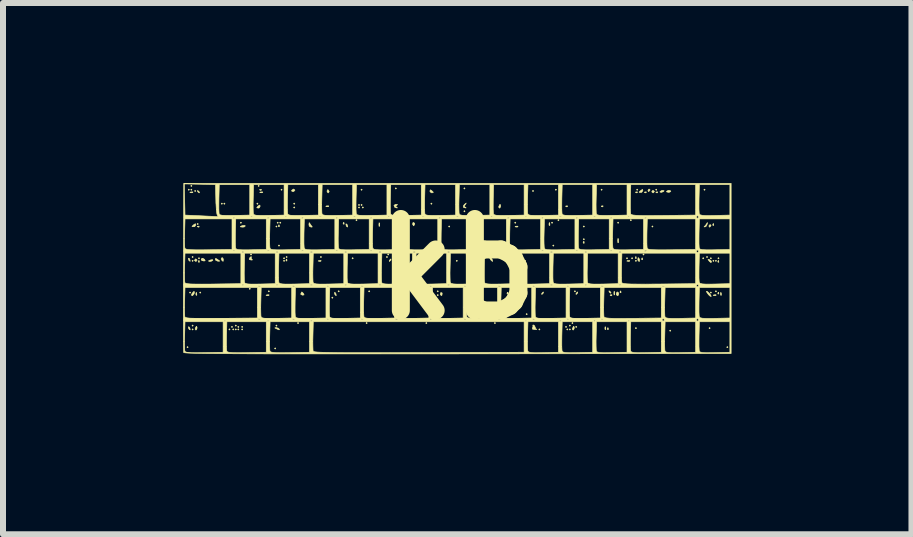
<source format=kicad_pcb>
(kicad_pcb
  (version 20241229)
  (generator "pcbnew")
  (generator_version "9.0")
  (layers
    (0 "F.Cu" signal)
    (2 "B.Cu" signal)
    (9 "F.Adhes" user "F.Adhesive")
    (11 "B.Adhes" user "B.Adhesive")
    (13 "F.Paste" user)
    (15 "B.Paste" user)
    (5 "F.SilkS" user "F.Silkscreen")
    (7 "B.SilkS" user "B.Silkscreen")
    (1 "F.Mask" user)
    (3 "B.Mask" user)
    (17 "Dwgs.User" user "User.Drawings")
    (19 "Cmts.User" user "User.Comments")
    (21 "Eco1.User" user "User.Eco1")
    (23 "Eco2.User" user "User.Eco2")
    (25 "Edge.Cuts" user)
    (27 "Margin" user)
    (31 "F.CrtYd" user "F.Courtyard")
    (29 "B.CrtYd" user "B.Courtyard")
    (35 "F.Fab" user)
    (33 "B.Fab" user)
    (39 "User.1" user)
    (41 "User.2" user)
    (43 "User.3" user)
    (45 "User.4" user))
  (footprint "kb"
    (layer "F.Cu")
    (at 4.573 1.434)
    (property "Reference" "kb" (at 0 0 0) (layer "F.SilkS") (effects (font (size 1.524 1.524) (thickness 0.3))))
    (attr through_hole)
    (fp_poly (pts (xy -4.487 1.302) (xy -4.498 1.312) (xy -4.508 1.302) (xy -4.498 1.291) (xy -4.487 1.302)) (stroke (width 0.01) (type solid)) (fill yes) (layer "F.SilkS"))
    (fp_poly (pts (xy -4.466 -1.323) (xy -4.477 -1.312) (xy -4.487 -1.323) (xy -4.477 -1.333) (xy -4.466 -1.323)) (stroke (width 0.01) (type solid)) (fill yes) (layer "F.SilkS"))
    (fp_poly (pts (xy -4.445 0.392) (xy -4.456 0.402) (xy -4.466 0.392) (xy -4.456 0.381) (xy -4.445 0.392)) (stroke (width 0.01) (type solid)) (fill yes) (layer "F.SilkS"))
    (fp_poly (pts (xy -4.424 -1.386) (xy -4.434 -1.376) (xy -4.445 -1.386) (xy -4.434 -1.397) (xy -4.424 -1.386)) (stroke (width 0.01) (type solid)) (fill yes) (layer "F.SilkS"))
    (fp_poly (pts (xy -4.424 -1.323) (xy -4.434 -1.312) (xy -4.445 -1.323) (xy -4.434 -1.333) (xy -4.424 -1.323)) (stroke (width 0.01) (type solid)) (fill yes) (layer "F.SilkS"))
    (fp_poly (pts (xy -4.403 -0.201) (xy -4.413 -0.191) (xy -4.424 -0.201) (xy -4.413 -0.212) (xy -4.403 -0.201)) (stroke (width 0.01) (type solid)) (fill yes) (layer "F.SilkS"))
    (fp_poly (pts (xy -4.403 -0.138) (xy -4.413 -0.127) (xy -4.424 -0.138) (xy -4.413 -0.148) (xy -4.403 -0.138)) (stroke (width 0.01) (type solid)) (fill yes) (layer "F.SilkS"))
    (fp_poly (pts (xy -4.403 0.942) (xy -4.413 0.953) (xy -4.424 0.942) (xy -4.413 0.931) (xy -4.403 0.942)) (stroke (width 0.01) (type solid)) (fill yes) (layer "F.SilkS"))
    (fp_poly (pts (xy -4.403 1.005) (xy -4.413 1.016) (xy -4.424 1.005) (xy -4.413 0.995) (xy -4.403 1.005)) (stroke (width 0.01) (type solid)) (fill yes) (layer "F.SilkS"))
    (fp_poly (pts (xy -4.36 -1.302) (xy -4.371 -1.291) (xy -4.381 -1.302) (xy -4.371 -1.312) (xy -4.36 -1.302)) (stroke (width 0.01) (type solid)) (fill yes) (layer "F.SilkS"))
    (fp_poly (pts (xy -4.318 -0.751) (xy -4.329 -0.741) (xy -4.339 -0.751) (xy -4.329 -0.762) (xy -4.318 -0.751)) (stroke (width 0.01) (type solid)) (fill yes) (layer "F.SilkS"))
    (fp_poly (pts (xy -4.297 -0.18) (xy -4.307 -0.169) (xy -4.318 -0.18) (xy -4.307 -0.191) (xy -4.297 -0.18)) (stroke (width 0.01) (type solid)) (fill yes) (layer "F.SilkS"))
    (fp_poly (pts (xy -4.276 0.392) (xy -4.286 0.402) (xy -4.297 0.392) (xy -4.286 0.381) (xy -4.276 0.392)) (stroke (width 0.01) (type solid)) (fill yes) (layer "F.SilkS"))
    (fp_poly (pts (xy -3.916 -1.09) (xy -3.926 -1.079) (xy -3.937 -1.09) (xy -3.926 -1.101) (xy -3.916 -1.09)) (stroke (width 0.01) (type solid)) (fill yes) (layer "F.SilkS"))
    (fp_poly (pts (xy -3.873 -1.09) (xy -3.884 -1.079) (xy -3.895 -1.09) (xy -3.884 -1.101) (xy -3.873 -1.09)) (stroke (width 0.01) (type solid)) (fill yes) (layer "F.SilkS"))
    (fp_poly (pts (xy -3.789 1.005) (xy -3.799 1.016) (xy -3.81 1.005) (xy -3.799 0.995) (xy -3.789 1.005)) (stroke (width 0.01) (type solid)) (fill yes) (layer "F.SilkS"))
    (fp_poly (pts (xy -3.747 0.963) (xy -3.757 0.974) (xy -3.768 0.963) (xy -3.757 0.953) (xy -3.747 0.963)) (stroke (width 0.01) (type solid)) (fill yes) (layer "F.SilkS"))
    (fp_poly (pts (xy -3.725 1.005) (xy -3.736 1.016) (xy -3.747 1.005) (xy -3.736 0.995) (xy -3.725 1.005)) (stroke (width 0.01) (type solid)) (fill yes) (layer "F.SilkS"))
    (fp_poly (pts (xy -3.683 0.942) (xy -3.694 0.953) (xy -3.704 0.942) (xy -3.694 0.931) (xy -3.683 0.942)) (stroke (width 0.01) (type solid)) (fill yes) (layer "F.SilkS"))
    (fp_poly (pts (xy -3.683 1.005) (xy -3.694 1.016) (xy -3.704 1.005) (xy -3.694 0.995) (xy -3.683 1.005)) (stroke (width 0.01) (type solid)) (fill yes) (layer "F.SilkS"))
    (fp_poly (pts (xy -3.641 0.963) (xy -3.651 0.974) (xy -3.662 0.963) (xy -3.651 0.953) (xy -3.641 0.963)) (stroke (width 0.01) (type solid)) (fill yes) (layer "F.SilkS"))
    (fp_poly (pts (xy -3.641 1.005) (xy -3.651 1.016) (xy -3.662 1.005) (xy -3.651 0.995) (xy -3.641 1.005)) (stroke (width 0.01) (type solid)) (fill yes) (layer "F.SilkS"))
    (fp_poly (pts (xy -3.598 -0.773) (xy -3.609 -0.762) (xy -3.619 -0.773) (xy -3.609 -0.783) (xy -3.598 -0.773)) (stroke (width 0.01) (type solid)) (fill yes) (layer "F.SilkS"))
    (fp_poly (pts (xy -3.577 0.963) (xy -3.588 0.974) (xy -3.598 0.963) (xy -3.588 0.953) (xy -3.577 0.963)) (stroke (width 0.01) (type solid)) (fill yes) (layer "F.SilkS"))
    (fp_poly (pts (xy -3.577 1.005) (xy -3.588 1.016) (xy -3.598 1.005) (xy -3.588 0.995) (xy -3.577 1.005)) (stroke (width 0.01) (type solid)) (fill yes) (layer "F.SilkS"))
    (fp_poly (pts (xy -3.45 0.328) (xy -3.461 0.339) (xy -3.471 0.328) (xy -3.461 0.318) (xy -3.45 0.328)) (stroke (width 0.01) (type solid)) (fill yes) (layer "F.SilkS"))
    (fp_poly (pts (xy -3.429 -0.243) (xy -3.44 -0.233) (xy -3.45 -0.243) (xy -3.44 -0.254) (xy -3.429 -0.243)) (stroke (width 0.01) (type solid)) (fill yes) (layer "F.SilkS"))
    (fp_poly (pts (xy -3.323 -1.09) (xy -3.334 -1.079) (xy -3.344 -1.09) (xy -3.334 -1.101) (xy -3.323 -1.09)) (stroke (width 0.01) (type solid)) (fill yes) (layer "F.SilkS"))
    (fp_poly (pts (xy -3.302 -1.386) (xy -3.313 -1.376) (xy -3.323 -1.386) (xy -3.313 -1.397) (xy -3.302 -1.386)) (stroke (width 0.01) (type solid)) (fill yes) (layer "F.SilkS"))
    (fp_poly (pts (xy -3.133 0.37) (xy -3.143 0.381) (xy -3.154 0.37) (xy -3.143 0.36) (xy -3.133 0.37)) (stroke (width 0.01) (type solid)) (fill yes) (layer "F.SilkS"))
    (fp_poly (pts (xy -3.027 1.323) (xy -3.037 1.333) (xy -3.048 1.323) (xy -3.037 1.312) (xy -3.027 1.323)) (stroke (width 0.01) (type solid)) (fill yes) (layer "F.SilkS"))
    (fp_poly (pts (xy -3.006 -0.709) (xy -3.016 -0.699) (xy -3.027 -0.709) (xy -3.016 -0.72) (xy -3.006 -0.709)) (stroke (width 0.01) (type solid)) (fill yes) (layer "F.SilkS"))
    (fp_poly (pts (xy -3.006 0.942) (xy -3.016 0.953) (xy -3.027 0.942) (xy -3.016 0.931) (xy -3.006 0.942)) (stroke (width 0.01) (type solid)) (fill yes) (layer "F.SilkS"))
    (fp_poly (pts (xy -2.985 -0.773) (xy -2.995 -0.762) (xy -3.006 -0.773) (xy -2.995 -0.783) (xy -2.985 -0.773)) (stroke (width 0.01) (type solid)) (fill yes) (layer "F.SilkS"))
    (fp_poly (pts (xy -2.963 -0.392) (xy -2.974 -0.381) (xy -2.985 -0.392) (xy -2.974 -0.402) (xy -2.963 -0.392)) (stroke (width 0.01) (type solid)) (fill yes) (layer "F.SilkS"))
    (fp_poly (pts (xy -2.942 -0.773) (xy -2.953 -0.762) (xy -2.963 -0.773) (xy -2.953 -0.783) (xy -2.942 -0.773)) (stroke (width 0.01) (type solid)) (fill yes) (layer "F.SilkS"))
    (fp_poly (pts (xy -2.921 -1.323) (xy -2.932 -1.312) (xy -2.942 -1.323) (xy -2.932 -1.333) (xy -2.921 -1.323)) (stroke (width 0.01) (type solid)) (fill yes) (layer "F.SilkS"))
    (fp_poly (pts (xy -2.879 -0.18) (xy -2.889 -0.169) (xy -2.9 -0.18) (xy -2.889 -0.191) (xy -2.879 -0.18)) (stroke (width 0.01) (type solid)) (fill yes) (layer "F.SilkS"))
    (fp_poly (pts (xy -2.879 -0.138) (xy -2.889 -0.127) (xy -2.9 -0.138) (xy -2.889 -0.148) (xy -2.879 -0.138)) (stroke (width 0.01) (type solid)) (fill yes) (layer "F.SilkS"))
    (fp_poly (pts (xy -2.836 -0.201) (xy -2.847 -0.191) (xy -2.857 -0.201) (xy -2.847 -0.212) (xy -2.836 -0.201)) (stroke (width 0.01) (type solid)) (fill yes) (layer "F.SilkS"))
    (fp_poly (pts (xy -2.709 -1.09) (xy -2.72 -1.079) (xy -2.731 -1.09) (xy -2.72 -1.101) (xy -2.709 -1.09)) (stroke (width 0.01) (type solid)) (fill yes) (layer "F.SilkS"))
    (fp_poly (pts (xy -2.709 -1.027) (xy -2.72 -1.016) (xy -2.731 -1.027) (xy -2.72 -1.037) (xy -2.709 -1.027)) (stroke (width 0.01) (type solid)) (fill yes) (layer "F.SilkS"))
    (fp_poly (pts (xy -2.646 0.9) (xy -2.656 0.91) (xy -2.667 0.9) (xy -2.656 0.889) (xy -2.646 0.9)) (stroke (width 0.01) (type solid)) (fill yes) (layer "F.SilkS"))
    (fp_poly (pts (xy -2.265 -0.201) (xy -2.275 -0.191) (xy -2.286 -0.201) (xy -2.275 -0.212) (xy -2.265 -0.201)) (stroke (width 0.01) (type solid)) (fill yes) (layer "F.SilkS"))
    (fp_poly (pts (xy -2.074 0.476) (xy -2.085 0.487) (xy -2.095 0.476) (xy -2.085 0.466) (xy -2.074 0.476)) (stroke (width 0.01) (type solid)) (fill yes) (layer "F.SilkS"))
    (fp_poly (pts (xy -1.968 0.37) (xy -1.979 0.381) (xy -1.99 0.37) (xy -1.979 0.36) (xy -1.968 0.37)) (stroke (width 0.01) (type solid)) (fill yes) (layer "F.SilkS"))
    (fp_poly (pts (xy -1.736 -0.18) (xy -1.746 -0.169) (xy -1.757 -0.18) (xy -1.746 -0.191) (xy -1.736 -0.18)) (stroke (width 0.01) (type solid)) (fill yes) (layer "F.SilkS"))
    (fp_poly (pts (xy -1.672 -0.815) (xy -1.683 -0.804) (xy -1.693 -0.815) (xy -1.683 -0.826) (xy -1.672 -0.815)) (stroke (width 0.01) (type solid)) (fill yes) (layer "F.SilkS"))
    (fp_poly (pts (xy -1.63 -1.069) (xy -1.64 -1.058) (xy -1.651 -1.069) (xy -1.64 -1.079) (xy -1.63 -1.069)) (stroke (width 0.01) (type solid)) (fill yes) (layer "F.SilkS"))
    (fp_poly (pts (xy -1.63 -1.027) (xy -1.64 -1.016) (xy -1.651 -1.027) (xy -1.64 -1.037) (xy -1.63 -1.027)) (stroke (width 0.01) (type solid)) (fill yes) (layer "F.SilkS"))
    (fp_poly (pts (xy -1.587 -1.323) (xy -1.598 -1.312) (xy -1.609 -1.323) (xy -1.598 -1.333) (xy -1.587 -1.323)) (stroke (width 0.01) (type solid)) (fill yes) (layer "F.SilkS"))
    (fp_poly (pts (xy -1.587 -1.069) (xy -1.598 -1.058) (xy -1.609 -1.069) (xy -1.598 -1.079) (xy -1.587 -1.069)) (stroke (width 0.01) (type solid)) (fill yes) (layer "F.SilkS"))
    (fp_poly (pts (xy -1.566 -1.027) (xy -1.577 -1.016) (xy -1.587 -1.027) (xy -1.577 -1.037) (xy -1.566 -1.027)) (stroke (width 0.01) (type solid)) (fill yes) (layer "F.SilkS"))
    (fp_poly (pts (xy -1.503 0.9) (xy -1.513 0.91) (xy -1.524 0.9) (xy -1.513 0.889) (xy -1.503 0.9)) (stroke (width 0.01) (type solid)) (fill yes) (layer "F.SilkS"))
    (fp_poly (pts (xy -1.46 0.37) (xy -1.471 0.381) (xy -1.482 0.37) (xy -1.471 0.36) (xy -1.46 0.37)) (stroke (width 0.01) (type solid)) (fill yes) (layer "F.SilkS"))
    (fp_poly (pts (xy -1.164 -0.201) (xy -1.175 -0.191) (xy -1.185 -0.201) (xy -1.175 -0.212) (xy -1.164 -0.201)) (stroke (width 0.01) (type solid)) (fill yes) (layer "F.SilkS"))
    (fp_poly (pts (xy -1.143 -0.243) (xy -1.154 -0.233) (xy -1.164 -0.243) (xy -1.154 -0.254) (xy -1.143 -0.243)) (stroke (width 0.01) (type solid)) (fill yes) (layer "F.SilkS"))
    (fp_poly (pts (xy -1.016 -1.344) (xy -1.027 -1.333) (xy -1.037 -1.344) (xy -1.027 -1.355) (xy -1.016 -1.344)) (stroke (width 0.01) (type solid)) (fill yes) (layer "F.SilkS"))
    (fp_poly (pts (xy -0.889 0.392) (xy -0.9 0.402) (xy -0.91 0.392) (xy -0.9 0.381) (xy -0.889 0.392)) (stroke (width 0.01) (type solid)) (fill yes) (layer "F.SilkS"))
    (fp_poly (pts (xy -0.847 0.392) (xy -0.857 0.402) (xy -0.868 0.392) (xy -0.857 0.381) (xy -0.847 0.392)) (stroke (width 0.01) (type solid)) (fill yes) (layer "F.SilkS"))
    (fp_poly (pts (xy -0.508 0.9) (xy -0.519 0.91) (xy -0.529 0.9) (xy -0.519 0.889) (xy -0.508 0.9)) (stroke (width 0.01) (type solid)) (fill yes) (layer "F.SilkS"))
    (fp_poly (pts (xy -0.423 -1.09) (xy -0.434 -1.079) (xy -0.445 -1.09) (xy -0.434 -1.101) (xy -0.423 -1.09)) (stroke (width 0.01) (type solid)) (fill yes) (layer "F.SilkS"))
    (fp_poly (pts (xy -0.318 0.37) (xy -0.328 0.381) (xy -0.339 0.37) (xy -0.328 0.36) (xy -0.318 0.37)) (stroke (width 0.01) (type solid)) (fill yes) (layer "F.SilkS"))
    (fp_poly (pts (xy -0.318 0.434) (xy -0.328 0.445) (xy -0.339 0.434) (xy -0.328 0.423) (xy -0.318 0.434)) (stroke (width 0.01) (type solid)) (fill yes) (layer "F.SilkS"))
    (fp_poly (pts (xy -0.127 -0.709) (xy -0.138 -0.699) (xy -0.148 -0.709) (xy -0.138 -0.72) (xy -0.127 -0.709)) (stroke (width 0.01) (type solid)) (fill yes) (layer "F.SilkS"))
    (fp_poly (pts (xy 0 -0.138) (xy -0.011 -0.127) (xy -0.021 -0.138) (xy -0.011 -0.148) (xy 0 -0.138)) (stroke (width 0.01) (type solid)) (fill yes) (layer "F.SilkS"))
    (fp_poly (pts (xy 0.127 -1.344) (xy 0.116 -1.333) (xy 0.106 -1.344) (xy 0.116 -1.355) (xy 0.127 -1.344)) (stroke (width 0.01) (type solid)) (fill yes) (layer "F.SilkS"))
    (fp_poly (pts (xy 0.127 -0.963) (xy 0.116 -0.953) (xy 0.106 -0.963) (xy 0.116 -0.974) (xy 0.127 -0.963)) (stroke (width 0.01) (type solid)) (fill yes) (layer "F.SilkS"))
    (fp_poly (pts (xy 0.296 0.434) (xy 0.286 0.445) (xy 0.275 0.434) (xy 0.286 0.423) (xy 0.296 0.434)) (stroke (width 0.01) (type solid)) (fill yes) (layer "F.SilkS"))
    (fp_poly (pts (xy 0.635 0.9) (xy 0.624 0.91) (xy 0.614 0.9) (xy 0.624 0.889) (xy 0.635 0.9)) (stroke (width 0.01) (type solid)) (fill yes) (layer "F.SilkS"))
    (fp_poly (pts (xy 0.974 -0.773) (xy 0.963 -0.762) (xy 0.953 -0.773) (xy 0.963 -0.783) (xy 0.974 -0.773)) (stroke (width 0.01) (type solid)) (fill yes) (layer "F.SilkS"))
    (fp_poly (pts (xy 1.122 0.328) (xy 1.111 0.339) (xy 1.101 0.328) (xy 1.111 0.318) (xy 1.122 0.328)) (stroke (width 0.01) (type solid)) (fill yes) (layer "F.SilkS"))
    (fp_poly (pts (xy 1.164 0.751) (xy 1.154 0.762) (xy 1.143 0.751) (xy 1.154 0.741) (xy 1.164 0.751)) (stroke (width 0.01) (type solid)) (fill yes) (layer "F.SilkS"))
    (fp_poly (pts (xy 1.27 -1.302) (xy 1.259 -1.291) (xy 1.249 -1.302) (xy 1.259 -1.312) (xy 1.27 -1.302)) (stroke (width 0.01) (type solid)) (fill yes) (layer "F.SilkS"))
    (fp_poly (pts (xy 1.376 1.005) (xy 1.365 1.016) (xy 1.355 1.005) (xy 1.365 0.995) (xy 1.376 1.005)) (stroke (width 0.01) (type solid)) (fill yes) (layer "F.SilkS"))
    (fp_poly (pts (xy 1.587 -0.773) (xy 1.577 -0.762) (xy 1.566 -0.773) (xy 1.577 -0.783) (xy 1.587 -0.773)) (stroke (width 0.01) (type solid)) (fill yes) (layer "F.SilkS"))
    (fp_poly (pts (xy 1.609 -0.392) (xy 1.598 -0.381) (xy 1.587 -0.392) (xy 1.598 -0.402) (xy 1.609 -0.392)) (stroke (width 0.01) (type solid)) (fill yes) (layer "F.SilkS"))
    (fp_poly (pts (xy 1.651 -1.323) (xy 1.64 -1.312) (xy 1.63 -1.323) (xy 1.64 -1.333) (xy 1.651 -1.323)) (stroke (width 0.01) (type solid)) (fill yes) (layer "F.SilkS"))
    (fp_poly (pts (xy 1.693 -0.815) (xy 1.683 -0.804) (xy 1.672 -0.815) (xy 1.683 -0.826) (xy 1.693 -0.815)) (stroke (width 0.01) (type solid)) (fill yes) (layer "F.SilkS"))
    (fp_poly (pts (xy 1.82 0.963) (xy 1.81 0.974) (xy 1.799 0.963) (xy 1.81 0.953) (xy 1.82 0.963)) (stroke (width 0.01) (type solid)) (fill yes) (layer "F.SilkS"))
    (fp_poly (pts (xy 1.841 1.005) (xy 1.831 1.016) (xy 1.82 1.005) (xy 1.831 0.995) (xy 1.841 1.005)) (stroke (width 0.01) (type solid)) (fill yes) (layer "F.SilkS"))
    (fp_poly (pts (xy 1.884 0.942) (xy 1.873 0.953) (xy 1.863 0.942) (xy 1.873 0.931) (xy 1.884 0.942)) (stroke (width 0.01) (type solid)) (fill yes) (layer "F.SilkS"))
    (fp_poly (pts (xy 1.884 1.005) (xy 1.873 1.016) (xy 1.863 1.005) (xy 1.873 0.995) (xy 1.884 1.005)) (stroke (width 0.01) (type solid)) (fill yes) (layer "F.SilkS"))
    (fp_poly (pts (xy 1.926 0.9) (xy 1.916 0.91) (xy 1.905 0.9) (xy 1.916 0.889) (xy 1.926 0.9)) (stroke (width 0.01) (type solid)) (fill yes) (layer "F.SilkS"))
    (fp_poly (pts (xy 1.968 0.37) (xy 1.958 0.381) (xy 1.947 0.37) (xy 1.958 0.36) (xy 1.968 0.37)) (stroke (width 0.01) (type solid)) (fill yes) (layer "F.SilkS"))
    (fp_poly (pts (xy 1.99 0.963) (xy 1.979 0.974) (xy 1.968 0.963) (xy 1.979 0.953) (xy 1.99 0.963)) (stroke (width 0.01) (type solid)) (fill yes) (layer "F.SilkS"))
    (fp_poly (pts (xy 2.117 -0.709) (xy 2.106 -0.699) (xy 2.095 -0.709) (xy 2.106 -0.72) (xy 2.117 -0.709)) (stroke (width 0.01) (type solid)) (fill yes) (layer "F.SilkS"))
    (fp_poly (pts (xy 2.117 -0.497) (xy 2.106 -0.487) (xy 2.095 -0.497) (xy 2.106 -0.508) (xy 2.117 -0.497)) (stroke (width 0.01) (type solid)) (fill yes) (layer "F.SilkS"))
    (fp_poly (pts (xy 2.413 -1.323) (xy 2.402 -1.312) (xy 2.392 -1.323) (xy 2.402 -1.333) (xy 2.413 -1.323)) (stroke (width 0.01) (type solid)) (fill yes) (layer "F.SilkS"))
    (fp_poly (pts (xy 2.688 -0.773) (xy 2.678 -0.762) (xy 2.667 -0.773) (xy 2.678 -0.783) (xy 2.688 -0.773)) (stroke (width 0.01) (type solid)) (fill yes) (layer "F.SilkS"))
    (fp_poly (pts (xy 2.836 -0.18) (xy 2.826 -0.169) (xy 2.815 -0.18) (xy 2.826 -0.191) (xy 2.836 -0.18)) (stroke (width 0.01) (type solid)) (fill yes) (layer "F.SilkS"))
    (fp_poly (pts (xy 2.9 -0.815) (xy 2.889 -0.804) (xy 2.879 -0.815) (xy 2.889 -0.826) (xy 2.9 -0.815)) (stroke (width 0.01) (type solid)) (fill yes) (layer "F.SilkS"))
    (fp_poly (pts (xy 2.921 -0.18) (xy 2.91 -0.169) (xy 2.9 -0.18) (xy 2.91 -0.191) (xy 2.921 -0.18)) (stroke (width 0.01) (type solid)) (fill yes) (layer "F.SilkS"))
    (fp_poly (pts (xy 2.985 -0.138) (xy 2.974 -0.127) (xy 2.963 -0.138) (xy 2.974 -0.148) (xy 2.985 -0.138)) (stroke (width 0.01) (type solid)) (fill yes) (layer "F.SilkS"))
    (fp_poly (pts (xy 2.985 0.984) (xy 2.974 0.995) (xy 2.963 0.984) (xy 2.974 0.974) (xy 2.985 0.984)) (stroke (width 0.01) (type solid)) (fill yes) (layer "F.SilkS"))
    (fp_poly (pts (xy 3.006 -1.323) (xy 2.995 -1.312) (xy 2.985 -1.323) (xy 2.995 -1.333) (xy 3.006 -1.323)) (stroke (width 0.01) (type solid)) (fill yes) (layer "F.SilkS"))
    (fp_poly (pts (xy 3.111 -0.243) (xy 3.101 -0.233) (xy 3.09 -0.243) (xy 3.101 -0.254) (xy 3.111 -0.243)) (stroke (width 0.01) (type solid)) (fill yes) (layer "F.SilkS"))
    (fp_poly (pts (xy 3.26 -0.709) (xy 3.249 -0.699) (xy 3.239 -0.709) (xy 3.249 -0.72) (xy 3.26 -0.709)) (stroke (width 0.01) (type solid)) (fill yes) (layer "F.SilkS"))
    (fp_poly (pts (xy 3.323 -1.323) (xy 3.313 -1.312) (xy 3.302 -1.323) (xy 3.313 -1.333) (xy 3.323 -1.323)) (stroke (width 0.01) (type solid)) (fill yes) (layer "F.SilkS"))
    (fp_poly (pts (xy 3.556 1.027) (xy 3.545 1.037) (xy 3.535 1.027) (xy 3.545 1.016) (xy 3.556 1.027)) (stroke (width 0.01) (type solid)) (fill yes) (layer "F.SilkS"))
    (fp_poly (pts (xy 4.106 -0.18) (xy 4.096 -0.169) (xy 4.085 -0.18) (xy 4.096 -0.191) (xy 4.106 -0.18)) (stroke (width 0.01) (type solid)) (fill yes) (layer "F.SilkS"))
    (fp_poly (pts (xy 4.128 -1.323) (xy 4.117 -1.312) (xy 4.106 -1.323) (xy 4.117 -1.333) (xy 4.128 -1.323)) (stroke (width 0.01) (type solid)) (fill yes) (layer "F.SilkS"))
    (fp_poly (pts (xy 4.17 -0.201) (xy 4.159 -0.191) (xy 4.149 -0.201) (xy 4.159 -0.212) (xy 4.17 -0.201)) (stroke (width 0.01) (type solid)) (fill yes) (layer "F.SilkS"))
    (fp_poly (pts (xy 4.212 0.984) (xy 4.202 0.995) (xy 4.191 0.984) (xy 4.202 0.974) (xy 4.212 0.984)) (stroke (width 0.01) (type solid)) (fill yes) (layer "F.SilkS"))
    (fp_poly (pts (xy 4.233 -0.18) (xy 4.223 -0.169) (xy 4.212 -0.18) (xy 4.223 -0.191) (xy 4.233 -0.18)) (stroke (width 0.01) (type solid)) (fill yes) (layer "F.SilkS"))
    (fp_poly (pts (xy 4.233 0.392) (xy 4.223 0.402) (xy 4.212 0.392) (xy 4.223 0.381) (xy 4.233 0.392)) (stroke (width 0.01) (type solid)) (fill yes) (layer "F.SilkS"))
    (fp_poly (pts (xy 4.276 -0.138) (xy 4.265 -0.127) (xy 4.255 -0.138) (xy 4.265 -0.148) (xy 4.276 -0.138)) (stroke (width 0.01) (type solid)) (fill yes) (layer "F.SilkS"))
    (fp_poly (pts (xy 4.318 -0.138) (xy 4.307 -0.127) (xy 4.297 -0.138) (xy 4.307 -0.148) (xy 4.318 -0.138)) (stroke (width 0.01) (type solid)) (fill yes) (layer "F.SilkS"))
    (fp_poly (pts (xy 4.318 0.37) (xy 4.307 0.381) (xy 4.297 0.37) (xy 4.307 0.36) (xy 4.318 0.37)) (stroke (width 0.01) (type solid)) (fill yes) (layer "F.SilkS"))
    (fp_poly (pts (xy 4.36 -0.18) (xy 4.35 -0.169) (xy 4.339 -0.18) (xy 4.35 -0.191) (xy 4.36 -0.18)) (stroke (width 0.01) (type solid)) (fill yes) (layer "F.SilkS"))
    (fp_poly (pts (xy 4.508 1.302) (xy 4.498 1.312) (xy 4.487 1.302) (xy 4.498 1.291) (xy 4.508 1.302)) (stroke (width 0.01) (type solid)) (fill yes) (layer "F.SilkS"))
    (fp_poly (pts (xy -4.408 -1.283) (xy -4.415 -1.273) (xy -4.436 -1.272) (xy -4.459 -1.277) (xy -4.449 -1.284) (xy -4.416 -1.287) (xy -4.408 -1.283)) (stroke (width 0.01) (type solid)) (fill yes) (layer "F.SilkS"))
    (fp_poly (pts (xy -4.346 0.398) (xy -4.343 0.431) (xy -4.348 0.439) (xy -4.357 0.432) (xy -4.359 0.411) (xy -4.353 0.388) (xy -4.346 0.398)) (stroke (width 0.01) (type solid)) (fill yes) (layer "F.SilkS"))
    (fp_poly (pts (xy -4.304 -0.713) (xy -4.307 -0.7) (xy -4.318 -0.699) (xy -4.335 -0.706) (xy -4.332 -0.713) (xy -4.307 -0.715) (xy -4.304 -0.713)) (stroke (width 0.01) (type solid)) (fill yes) (layer "F.SilkS"))
    (fp_poly (pts (xy -4.304 -0.141) (xy -4.301 -0.116) (xy -4.304 -0.113) (xy -4.316 -0.116) (xy -4.318 -0.127) (xy -4.31 -0.144) (xy -4.304 -0.141)) (stroke (width 0.01) (type solid)) (fill yes) (layer "F.SilkS"))
    (fp_poly (pts (xy -3.267 -1.326) (xy -3.27 -1.314) (xy -3.281 -1.312) (xy -3.298 -1.32) (xy -3.295 -1.326) (xy -3.27 -1.329) (xy -3.267 -1.326)) (stroke (width 0.01) (type solid)) (fill yes) (layer "F.SilkS"))
    (fp_poly (pts (xy -3.244 -1.283) (xy -3.251 -1.273) (xy -3.272 -1.272) (xy -3.295 -1.277) (xy -3.285 -1.284) (xy -3.252 -1.287) (xy -3.244 -1.283)) (stroke (width 0.01) (type solid)) (fill yes) (layer "F.SilkS"))
    (fp_poly (pts (xy -3.138 0.432) (xy -3.145 0.441) (xy -3.166 0.443) (xy -3.189 0.438) (xy -3.179 0.43) (xy -3.146 0.428) (xy -3.138 0.432)) (stroke (width 0.01) (type solid)) (fill yes) (layer "F.SilkS"))
    (fp_poly (pts (xy -2.97 -0.734) (xy -2.968 -0.709) (xy -2.97 -0.706) (xy -2.983 -0.708) (xy -2.985 -0.72) (xy -2.977 -0.737) (xy -2.97 -0.734)) (stroke (width 0.01) (type solid)) (fill yes) (layer "F.SilkS"))
    (fp_poly (pts (xy -2.843 -0.162) (xy -2.841 -0.137) (xy -2.843 -0.134) (xy -2.856 -0.137) (xy -2.857 -0.148) (xy -2.85 -0.166) (xy -2.843 -0.162)) (stroke (width 0.01) (type solid)) (fill yes) (layer "F.SilkS"))
    (fp_poly (pts (xy -2.271 -0.14) (xy -2.277 -0.13) (xy -2.298 -0.129) (xy -2.321 -0.134) (xy -2.311 -0.141) (xy -2.278 -0.144) (xy -2.271 -0.14)) (stroke (width 0.01) (type solid)) (fill yes) (layer "F.SilkS"))
    (fp_poly (pts (xy -2.144 -1.05) (xy -2.15 -1.04) (xy -2.171 -1.039) (xy -2.194 -1.044) (xy -2.184 -1.052) (xy -2.151 -1.054) (xy -2.144 -1.05)) (stroke (width 0.01) (type solid)) (fill yes) (layer "F.SilkS"))
    (fp_poly (pts (xy -1.891 -0.776) (xy -1.888 -0.751) (xy -1.891 -0.748) (xy -1.903 -0.751) (xy -1.905 -0.762) (xy -1.897 -0.779) (xy -1.891 -0.776)) (stroke (width 0.01) (type solid)) (fill yes) (layer "F.SilkS"))
    (fp_poly (pts (xy -1.298 -0.767) (xy -1.296 -0.724) (xy -1.298 -0.714) (xy -1.306 -0.712) (xy -1.309 -0.741) (xy -1.306 -0.771) (xy -1.298 -0.767)) (stroke (width 0.01) (type solid)) (fill yes) (layer "F.SilkS"))
    (fp_poly (pts (xy -0.852 0.432) (xy -0.859 0.441) (xy -0.88 0.443) (xy -0.903 0.438) (xy -0.893 0.43) (xy -0.86 0.428) (xy -0.852 0.432)) (stroke (width 0.01) (type solid)) (fill yes) (layer "F.SilkS"))
    (fp_poly (pts (xy -0.556 -0.182) (xy -0.562 -0.173) (xy -0.584 -0.171) (xy -0.606 -0.176) (xy -0.597 -0.184) (xy -0.564 -0.186) (xy -0.556 -0.182)) (stroke (width 0.01) (type solid)) (fill yes) (layer "F.SilkS"))
    (fp_poly (pts (xy 0.31 0.367) (xy 0.313 0.392) (xy 0.31 0.395) (xy 0.298 0.392) (xy 0.296 0.381) (xy 0.304 0.364) (xy 0.31 0.367)) (stroke (width 0.01) (type solid)) (fill yes) (layer "F.SilkS"))
    (fp_poly (pts (xy 0.395 -0.767) (xy 0.398 -0.724) (xy 0.395 -0.714) (xy 0.387 -0.712) (xy 0.384 -0.741) (xy 0.388 -0.771) (xy 0.395 -0.767)) (stroke (width 0.01) (type solid)) (fill yes) (layer "F.SilkS"))
    (fp_poly (pts (xy 0.84 0.388) (xy 0.842 0.413) (xy 0.84 0.416) (xy 0.827 0.413) (xy 0.826 0.402) (xy 0.833 0.385) (xy 0.84 0.388)) (stroke (width 0.01) (type solid)) (fill yes) (layer "F.SilkS"))
    (fp_poly (pts (xy 1.01 -0.711) (xy 1.004 -0.702) (xy 0.982 -0.7) (xy 0.96 -0.705) (xy 0.97 -0.713) (xy 1.003 -0.715) (xy 1.01 -0.711)) (stroke (width 0.01) (type solid)) (fill yes) (layer "F.SilkS"))
    (fp_poly (pts (xy 1.136 -0.141) (xy 1.133 -0.129) (xy 1.122 -0.127) (xy 1.104 -0.135) (xy 1.108 -0.141) (xy 1.133 -0.144) (xy 1.136 -0.141)) (stroke (width 0.01) (type solid)) (fill yes) (layer "F.SilkS"))
    (fp_poly (pts (xy 1.538 -0.766) (xy 1.541 -0.733) (xy 1.537 -0.725) (xy 1.527 -0.732) (xy 1.526 -0.753) (xy 1.531 -0.776) (xy 1.538 -0.766)) (stroke (width 0.01) (type solid)) (fill yes) (layer "F.SilkS"))
    (fp_poly (pts (xy 1.834 -1.051) (xy 1.832 -1.039) (xy 1.82 -1.037) (xy 1.803 -1.045) (xy 1.806 -1.051) (xy 1.831 -1.054) (xy 1.834 -1.051)) (stroke (width 0.01) (type solid)) (fill yes) (layer "F.SilkS"))
    (fp_poly (pts (xy 2.11 -0.459) (xy 2.112 -0.433) (xy 2.11 -0.43) (xy 2.097 -0.433) (xy 2.095 -0.445) (xy 2.103 -0.462) (xy 2.11 -0.459)) (stroke (width 0.01) (type solid)) (fill yes) (layer "F.SilkS"))
    (fp_poly (pts (xy 2.427 -1.051) (xy 2.424 -1.039) (xy 2.413 -1.037) (xy 2.396 -1.045) (xy 2.399 -1.051) (xy 2.424 -1.054) (xy 2.427 -1.051)) (stroke (width 0.01) (type solid)) (fill yes) (layer "F.SilkS"))
    (fp_poly (pts (xy 2.47 0.97) (xy 2.472 1.003) (xy 2.468 1.01) (xy 2.459 1.004) (xy 2.457 0.982) (xy 2.462 0.96) (xy 2.47 0.97)) (stroke (width 0.01) (type solid)) (fill yes) (layer "F.SilkS"))
    (fp_poly (pts (xy 2.512 0.981) (xy 2.514 1.006) (xy 2.512 1.009) (xy 2.499 1.006) (xy 2.498 0.995) (xy 2.505 0.977) (xy 2.512 0.981)) (stroke (width 0.01) (type solid)) (fill yes) (layer "F.SilkS"))
    (fp_poly (pts (xy 2.575 0.43) (xy 2.572 0.443) (xy 2.561 0.445) (xy 2.544 0.437) (xy 2.547 0.43) (xy 2.572 0.428) (xy 2.575 0.43)) (stroke (width 0.01) (type solid)) (fill yes) (layer "F.SilkS"))
    (fp_poly (pts (xy 2.618 0.376) (xy 2.62 0.419) (xy 2.618 0.429) (xy 2.61 0.431) (xy 2.607 0.402) (xy 2.61 0.372) (xy 2.618 0.376)) (stroke (width 0.01) (type solid)) (fill yes) (layer "F.SilkS"))
    (fp_poly (pts (xy 2.723 0.367) (xy 2.726 0.392) (xy 2.723 0.395) (xy 2.711 0.392) (xy 2.709 0.381) (xy 2.717 0.364) (xy 2.723 0.367)) (stroke (width 0.01) (type solid)) (fill yes) (layer "F.SilkS"))
    (fp_poly (pts (xy 2.873 -0.14) (xy 2.867 -0.13) (xy 2.845 -0.129) (xy 2.823 -0.134) (xy 2.832 -0.141) (xy 2.865 -0.144) (xy 2.873 -0.14)) (stroke (width 0.01) (type solid)) (fill yes) (layer "F.SilkS"))
    (fp_poly (pts (xy 2.977 -0.205) (xy 2.98 -0.179) (xy 2.977 -0.176) (xy 2.965 -0.179) (xy 2.963 -0.191) (xy 2.971 -0.208) (xy 2.977 -0.205)) (stroke (width 0.01) (type solid)) (fill yes) (layer "F.SilkS"))
    (fp_poly (pts (xy 2.999 -1.284) (xy 2.996 -1.272) (xy 2.985 -1.27) (xy 2.967 -1.278) (xy 2.97 -1.284) (xy 2.996 -1.287) (xy 2.999 -1.284)) (stroke (width 0.01) (type solid)) (fill yes) (layer "F.SilkS"))
    (fp_poly (pts (xy 3.083 -0.183) (xy 3.086 -0.158) (xy 3.083 -0.155) (xy 3.071 -0.158) (xy 3.069 -0.169) (xy 3.077 -0.187) (xy 3.083 -0.183)) (stroke (width 0.01) (type solid)) (fill yes) (layer "F.SilkS"))
    (fp_poly (pts (xy 3.147 -1.284) (xy 3.144 -1.272) (xy 3.133 -1.27) (xy 3.115 -1.278) (xy 3.119 -1.284) (xy 3.144 -1.287) (xy 3.147 -1.284)) (stroke (width 0.01) (type solid)) (fill yes) (layer "F.SilkS"))
    (fp_poly (pts (xy 3.337 -1.284) (xy 3.334 -1.272) (xy 3.323 -1.27) (xy 3.306 -1.278) (xy 3.309 -1.284) (xy 3.334 -1.287) (xy 3.337 -1.284)) (stroke (width 0.01) (type solid)) (fill yes) (layer "F.SilkS"))
    (fp_poly (pts (xy 4.269 -0.755) (xy 4.271 -0.73) (xy 4.269 -0.727) (xy 4.256 -0.73) (xy 4.255 -0.741) (xy 4.262 -0.758) (xy 4.269 -0.755)) (stroke (width 0.01) (type solid)) (fill yes) (layer "F.SilkS"))
    (fp_poly (pts (xy 4.312 0.432) (xy 4.306 0.441) (xy 4.284 0.443) (xy 4.262 0.438) (xy 4.272 0.43) (xy 4.305 0.428) (xy 4.312 0.432)) (stroke (width 0.01) (type solid)) (fill yes) (layer "F.SilkS"))
    (fp_poly (pts (xy 4.353 -0.141) (xy 4.356 -0.116) (xy 4.353 -0.113) (xy 4.341 -0.116) (xy 4.339 -0.127) (xy 4.347 -0.144) (xy 4.353 -0.141)) (stroke (width 0.01) (type solid)) (fill yes) (layer "F.SilkS"))
    (fp_poly (pts (xy 4.353 0.388) (xy 4.356 0.413) (xy 4.353 0.416) (xy 4.341 0.413) (xy 4.339 0.402) (xy 4.347 0.385) (xy 4.353 0.388)) (stroke (width 0.01) (type solid)) (fill yes) (layer "F.SilkS"))
    (fp_poly (pts (xy 4.396 0.398) (xy 4.398 0.431) (xy 4.394 0.439) (xy 4.385 0.432) (xy 4.383 0.411) (xy 4.388 0.388) (xy 4.396 0.398)) (stroke (width 0.01) (type solid)) (fill yes) (layer "F.SilkS"))
    (fp_poly (pts (xy -4.467 -0.175) (xy -4.459 -0.16) (xy -4.453 -0.13) (xy -4.468 -0.136) (xy -4.478 -0.15) (xy -4.484 -0.177) (xy -4.481 -0.182) (xy -4.467 -0.175)) (stroke (width 0.01) (type solid)) (fill yes) (layer "F.SilkS"))
    (fp_poly (pts (xy -4.467 0.968) (xy -4.459 0.983) (xy -4.453 1.013) (xy -4.468 1.007) (xy -4.478 0.993) (xy -4.484 0.966) (xy -4.481 0.961) (xy -4.467 0.968)) (stroke (width 0.01) (type solid)) (fill yes) (layer "F.SilkS"))
    (fp_poly (pts (xy -4.382 0.379) (xy -4.389 0.412) (xy -4.411 0.44) (xy -4.423 0.445) (xy -4.432 0.43) (xy -4.42 0.403) (xy -4.394 0.373) (xy -4.382 0.379)) (stroke (width 0.01) (type solid)) (fill yes) (layer "F.SilkS"))
    (fp_poly (pts (xy -4.321 -1.304) (xy -4.299 -1.282) (xy -4.303 -1.27) (xy -4.306 -1.27) (xy -4.324 -1.285) (xy -4.331 -1.294) (xy -4.333 -1.309) (xy -4.321 -1.304)) (stroke (width 0.01) (type solid)) (fill yes) (layer "F.SilkS"))
    (fp_poly (pts (xy -2.033 0.396) (xy -2.025 0.412) (xy -2.019 0.442) (xy -2.033 0.436) (xy -2.043 0.422) (xy -2.05 0.394) (xy -2.047 0.389) (xy -2.033 0.396)) (stroke (width 0.01) (type solid)) (fill yes) (layer "F.SilkS"))
    (fp_poly (pts (xy -1.842 -0.747) (xy -1.834 -0.731) (xy -1.829 -0.701) (xy -1.843 -0.707) (xy -1.853 -0.721) (xy -1.859 -0.749) (xy -1.857 -0.754) (xy -1.842 -0.747)) (stroke (width 0.01) (type solid)) (fill yes) (layer "F.SilkS"))
    (fp_poly (pts (xy -0.257 0.396) (xy -0.254 0.411) (xy -0.261 0.442) (xy -0.279 0.433) (xy -0.285 0.425) (xy -0.282 0.398) (xy -0.276 0.392) (xy -0.257 0.396)) (stroke (width 0.01) (type solid)) (fill yes) (layer "F.SilkS"))
    (fp_poly (pts (xy 0.251 0.368) (xy 0.273 0.39) (xy 0.269 0.402) (xy 0.266 0.402) (xy 0.248 0.387) (xy 0.241 0.378) (xy 0.239 0.363) (xy 0.251 0.368)) (stroke (width 0.01) (type solid)) (fill yes) (layer "F.SilkS"))
    (fp_poly (pts (xy 2.537 0.368) (xy 2.559 0.39) (xy 2.555 0.402) (xy 2.552 0.402) (xy 2.534 0.387) (xy 2.527 0.378) (xy 2.525 0.363) (xy 2.537 0.368)) (stroke (width 0.01) (type solid)) (fill yes) (layer "F.SilkS"))
    (fp_poly (pts (xy -4.34 0.97) (xy -4.339 0.984) (xy -4.35 1.012) (xy -4.36 1.016) (xy -4.371 1) (xy -4.368 0.984) (xy -4.353 0.956) (xy -4.347 0.953) (xy -4.34 0.97)) (stroke (width 0.01) (type solid)) (fill yes) (layer "F.SilkS"))
    (fp_poly (pts (xy -4.34 -0.153) (xy -4.339 -0.148) (xy -4.355 -0.128) (xy -4.36 -0.127) (xy -4.381 -0.143) (xy -4.381 -0.148) (xy -4.365 -0.169) (xy -4.36 -0.169) (xy -4.34 -0.153)) (stroke (width 0.01) (type solid)) (fill yes) (layer "F.SilkS"))
    (fp_poly (pts (xy -4.076 -0.146) (xy -4.099 -0.132) (xy -4.131 -0.126) (xy -4.149 -0.134) (xy -4.149 -0.135) (xy -4.131 -0.146) (xy -4.106 -0.154) (xy -4.078 -0.156) (xy -4.076 -0.146)) (stroke (width 0.01) (type solid)) (fill yes) (layer "F.SilkS"))
    (fp_poly (pts (xy -4.002 -0.164) (xy -3.971 -0.141) (xy -3.961 -0.134) (xy -3.972 -0.131) (xy -3.995 -0.132) (xy -4.028 -0.147) (xy -4.036 -0.163) (xy -4.029 -0.179) (xy -4.002 -0.164)) (stroke (width 0.01) (type solid)) (fill yes) (layer "F.SilkS"))
    (fp_poly (pts (xy -3.904 -0.173) (xy -3.902 -0.159) (xy -3.904 -0.13) (xy -3.918 -0.136) (xy -3.923 -0.141) (xy -3.937 -0.17) (xy -3.925 -0.19) (xy -3.919 -0.191) (xy -3.904 -0.173)) (stroke (width 0.01) (type solid)) (fill yes) (layer "F.SilkS"))
    (fp_poly (pts (xy -3.535 -0.718) (xy -3.553 -0.702) (xy -3.577 -0.699) (xy -3.612 -0.702) (xy -3.619 -0.707) (xy -3.602 -0.718) (xy -3.577 -0.726) (xy -3.543 -0.727) (xy -3.535 -0.718)) (stroke (width 0.01) (type solid)) (fill yes) (layer "F.SilkS"))
    (fp_poly (pts (xy -3.288 -1.047) (xy -3.303 -1.02) (xy -3.316 -1.016) (xy -3.342 -1.021) (xy -3.344 -1.024) (xy -3.33 -1.042) (xy -3.316 -1.055) (xy -3.293 -1.067) (xy -3.288 -1.047)) (stroke (width 0.01) (type solid)) (fill yes) (layer "F.SilkS"))
    (fp_poly (pts (xy -2.985 0.985) (xy -2.974 0.995) (xy -2.966 1.011) (xy -2.978 1.011) (xy -3.016 0.995) (xy -3.043 0.981) (xy -3.031 0.976) (xy -3.023 0.975) (xy -2.985 0.985)) (stroke (width 0.01) (type solid)) (fill yes) (layer "F.SilkS"))
    (fp_poly (pts (xy -2.71 -1.317) (xy -2.709 -1.312) (xy -2.727 -1.294) (xy -2.742 -1.291) (xy -2.764 -1.301) (xy -2.762 -1.312) (xy -2.735 -1.333) (xy -2.729 -1.333) (xy -2.71 -1.317)) (stroke (width 0.01) (type solid)) (fill yes) (layer "F.SilkS"))
    (fp_poly (pts (xy -2.577 0.395) (xy -2.565 0.408) (xy -2.556 0.43) (xy -2.581 0.435) (xy -2.609 0.424) (xy -2.609 0.408) (xy -2.596 0.383) (xy -2.593 0.381) (xy -2.577 0.395)) (stroke (width 0.01) (type solid)) (fill yes) (layer "F.SilkS"))
    (fp_poly (pts (xy -2.461 -0.762) (xy -2.436 -0.724) (xy -2.426 -0.715) (xy -2.42 -0.702) (xy -2.439 -0.699) (xy -2.47 -0.715) (xy -2.475 -0.746) (xy -2.47 -0.774) (xy -2.461 -0.762)) (stroke (width 0.01) (type solid)) (fill yes) (layer "F.SilkS"))
    (fp_poly (pts (xy -2.155 -1.321) (xy -2.138 -1.293) (xy -2.138 -1.29) (xy -2.152 -1.27) (xy -2.155 -1.27) (xy -2.171 -1.287) (xy -2.173 -1.301) (xy -2.164 -1.322) (xy -2.155 -1.321)) (stroke (width 0.01) (type solid)) (fill yes) (layer "F.SilkS"))
    (fp_poly (pts (xy -1.107 -0.156) (xy -1.111 -0.148) (xy -1.131 -0.128) (xy -1.135 -0.127) (xy -1.136 -0.141) (xy -1.132 -0.148) (xy -1.112 -0.168) (xy -1.109 -0.169) (xy -1.107 -0.156)) (stroke (width 0.01) (type solid)) (fill yes) (layer "F.SilkS"))
    (fp_poly (pts (xy -0.712 -0.761) (xy -0.713 -0.748) (xy -0.727 -0.722) (xy -0.73 -0.72) (xy -0.742 -0.736) (xy -0.747 -0.748) (xy -0.742 -0.773) (xy -0.73 -0.776) (xy -0.712 -0.761)) (stroke (width 0.01) (type solid)) (fill yes) (layer "F.SilkS"))
    (fp_poly (pts (xy -0.43 -1.309) (xy -0.406 -1.285) (xy -0.402 -1.278) (xy -0.419 -1.271) (xy -0.43 -1.27) (xy -0.455 -1.287) (xy -0.459 -1.301) (xy -0.451 -1.321) (xy -0.43 -1.309)) (stroke (width 0.01) (type solid)) (fill yes) (layer "F.SilkS"))
    (fp_poly (pts (xy 0.571 -0.174) (xy 0.579 -0.159) (xy 0.586 -0.131) (xy 0.584 -0.127) (xy 0.566 -0.141) (xy 0.55 -0.159) (xy 0.537 -0.185) (xy 0.545 -0.191) (xy 0.571 -0.174)) (stroke (width 0.01) (type solid)) (fill yes) (layer "F.SilkS"))
    (fp_poly (pts (xy 0.719 -1.062) (xy 0.72 -1.048) (xy 0.709 -1.02) (xy 0.699 -1.016) (xy 0.688 -1.032) (xy 0.691 -1.048) (xy 0.706 -1.076) (xy 0.711 -1.079) (xy 0.719 -1.062)) (stroke (width 0.01) (type solid)) (fill yes) (layer "F.SilkS"))
    (fp_poly (pts (xy 1.433 0.395) (xy 1.429 0.402) (xy 1.409 0.422) (xy 1.405 0.423) (xy 1.404 0.41) (xy 1.408 0.402) (xy 1.428 0.382) (xy 1.431 0.381) (xy 1.433 0.395)) (stroke (width 0.01) (type solid)) (fill yes) (layer "F.SilkS"))
    (fp_poly (pts (xy 1.946 0.97) (xy 1.947 0.984) (xy 1.936 1.012) (xy 1.927 1.016) (xy 1.915 1) (xy 1.919 0.984) (xy 1.934 0.956) (xy 1.939 0.953) (xy 1.946 0.97)) (stroke (width 0.01) (type solid)) (fill yes) (layer "F.SilkS"))
    (fp_poly (pts (xy 2.004 0.395) (xy 2 0.402) (xy 1.98 0.422) (xy 1.977 0.423) (xy 1.975 0.41) (xy 1.979 0.402) (xy 1.999 0.382) (xy 2.003 0.381) (xy 2.004 0.395)) (stroke (width 0.01) (type solid)) (fill yes) (layer "F.SilkS"))
    (fp_poly (pts (xy 2.681 -0.506) (xy 2.682 -0.502) (xy 2.685 -0.456) (xy 2.681 -0.439) (xy 2.674 -0.438) (xy 2.671 -0.471) (xy 2.671 -0.476) (xy 2.674 -0.509) (xy 2.681 -0.506)) (stroke (width 0.01) (type solid)) (fill yes) (layer "F.SilkS"))
    (fp_poly (pts (xy 2.686 0.398) (xy 2.688 0.413) (xy 2.677 0.441) (xy 2.667 0.445) (xy 2.648 0.427) (xy 2.646 0.413) (xy 2.657 0.385) (xy 2.667 0.381) (xy 2.686 0.398)) (stroke (width 0.01) (type solid)) (fill yes) (layer "F.SilkS"))
    (fp_poly (pts (xy 3.028 -0.174) (xy 3.034 -0.159) (xy 3.035 -0.131) (xy 3.026 -0.127) (xy 3.008 -0.144) (xy 3.006 -0.159) (xy 3.01 -0.187) (xy 3.014 -0.191) (xy 3.028 -0.174)) (stroke (width 0.01) (type solid)) (fill yes) (layer "F.SilkS"))
    (fp_poly (pts (xy 3.21 -1.321) (xy 3.207 -1.312) (xy 3.188 -1.292) (xy 3.184 -1.291) (xy 3.175 -1.308) (xy 3.175 -1.312) (xy 3.191 -1.333) (xy 3.197 -1.333) (xy 3.21 -1.321)) (stroke (width 0.01) (type solid)) (fill yes) (layer "F.SilkS"))
    (fp_poly (pts (xy 3.28 -1.296) (xy 3.281 -1.291) (xy 3.265 -1.271) (xy 3.26 -1.27) (xy 3.239 -1.286) (xy 3.239 -1.291) (xy 3.255 -1.312) (xy 3.26 -1.312) (xy 3.28 -1.296)) (stroke (width 0.01) (type solid)) (fill yes) (layer "F.SilkS"))
    (fp_poly (pts (xy 3.444 -1.305) (xy 3.434 -1.291) (xy 3.4 -1.279) (xy 3.397 -1.278) (xy 3.375 -1.284) (xy 3.377 -1.293) (xy 3.406 -1.31) (xy 3.423 -1.312) (xy 3.444 -1.305)) (stroke (width 0.01) (type solid)) (fill yes) (layer "F.SilkS"))
    (fp_poly (pts (xy 3.553 -1.303) (xy 3.556 -1.296) (xy 3.538 -1.282) (xy 3.515 -1.279) (xy 3.486 -1.286) (xy 3.485 -1.296) (xy 3.512 -1.311) (xy 3.525 -1.312) (xy 3.553 -1.303)) (stroke (width 0.01) (type solid)) (fill yes) (layer "F.SilkS"))
    (fp_poly (pts (xy 4.164 -0.753) (xy 4.146 -0.715) (xy 4.128 -0.704) (xy 4.11 -0.703) (xy 4.119 -0.713) (xy 4.148 -0.747) (xy 4.156 -0.762) (xy 4.165 -0.776) (xy 4.164 -0.753)) (stroke (width 0.01) (type solid)) (fill yes) (layer "F.SilkS"))
    (fp_poly (pts (xy 4.192 -0.159) (xy 4.199 -0.157) (xy 4.228 -0.136) (xy 4.233 -0.125) (xy 4.226 -0.107) (xy 4.202 -0.125) (xy 4.191 -0.138) (xy 4.175 -0.161) (xy 4.192 -0.159)) (stroke (width 0.01) (type solid)) (fill yes) (layer "F.SilkS"))
    (fp_poly (pts (xy 4.226 -0.728) (xy 4.223 -0.72) (xy 4.204 -0.699) (xy 4.2 -0.699) (xy 4.191 -0.715) (xy 4.191 -0.72) (xy 4.207 -0.74) (xy 4.213 -0.741) (xy 4.226 -0.728)) (stroke (width 0.01) (type solid)) (fill yes) (layer "F.SilkS"))
    (fp_poly (pts (xy -4.36 -0.738) (xy -4.36 -0.736) (xy -4.377 -0.709) (xy -4.392 -0.706) (xy -4.42 -0.708) (xy -4.424 -0.71) (xy -4.41 -0.725) (xy -4.392 -0.741) (xy -4.367 -0.756) (xy -4.36 -0.738)) (stroke (width 0.01) (type solid)) (fill yes) (layer "F.SilkS"))
    (fp_poly (pts (xy 3.09 -1.31) (xy 3.09 -1.308) (xy 3.073 -1.281) (xy 3.059 -1.277) (xy 3.03 -1.279) (xy 3.027 -1.282) (xy 3.041 -1.297) (xy 3.059 -1.312) (xy 3.084 -1.328) (xy 3.09 -1.31)) (stroke (width 0.01) (type solid)) (fill yes) (layer "F.SilkS"))
    (fp_poly (pts (xy -3.436 -0.196) (xy -3.434 -0.169) (xy -3.424 -0.162) (xy -3.416 -0.153) (xy -3.434 -0.15) (xy -3.466 -0.158) (xy -3.471 -0.168) (xy -3.456 -0.196) (xy -3.447 -0.203) (xy -3.432 -0.206) (xy -3.436 -0.196)) (stroke (width 0.01) (type solid)) (fill yes) (layer "F.SilkS"))
    (fp_poly (pts (xy 4.161 0.371) (xy 4.19 0.396) (xy 4.193 0.4) (xy 4.221 0.435) (xy 4.229 0.456) (xy 4.228 0.457) (xy 4.209 0.45) (xy 4.184 0.427) (xy 4.157 0.39) (xy 4.149 0.37) (xy 4.161 0.371)) (stroke (width 0.01) (type solid)) (fill yes) (layer "F.SilkS"))
    (fp_poly (pts (xy -0.998 -1.075) (xy -1.013 -1.061) (xy -1.031 -1.043) (xy -1.013 -1.031) (xy -1 -1.02) (xy -1.007 -1.018) (xy -1.041 -1.027) (xy -1.044 -1.03) (xy -1.058 -1.061) (xy -1.034 -1.078) (xy -1.021 -1.079) (xy -0.998 -1.075)) (stroke (width 0.01) (type solid)) (fill yes) (layer "F.SilkS"))
    (fp_poly (pts (xy 0.142 -1.09) (xy 0.131 -1.076) (xy 0.115 -1.047) (xy 0.129 -1.031) (xy 0.131 -1.03) (xy 0.145 -1.02) (xy 0.134 -1.018) (xy 0.101 -1.029) (xy 0.097 -1.035) (xy 0.102 -1.061) (xy 0.122 -1.082) (xy 0.147 -1.1) (xy 0.142 -1.09)) (stroke (width 0.01) (type solid)) (fill yes) (layer "F.SilkS"))
    (fp_poly (pts (xy 1.289 0.948) (xy 1.291 0.961) (xy 1.307 0.995) (xy 1.318 1.001) (xy 1.32 1.007) (xy 1.288 1.008) (xy 1.249 1) (xy 1.25 0.982) (xy 1.26 0.953) (xy 1.256 0.945) (xy 1.258 0.932) (xy 1.266 0.931) (xy 1.289 0.948)) (stroke (width 0.01) (type solid)) (fill yes) (layer "F.SilkS"))
    (fp_poly (pts (xy -4.217 -0.164) (xy -4.215 -0.162) (xy -4.204 -0.139) (xy -4.224 -0.134) (xy -4.259 -0.143) (xy -4.266 -0.15) (xy -4.267 -0.159) (xy -4.255 -0.159) (xy -4.244 -0.148) (xy -4.233 -0.159) (xy -4.244 -0.169) (xy -4.255 -0.159) (xy -4.267 -0.159) (xy -4.267 -0.172) (xy -4.244 -0.178) (xy -4.217 -0.164)) (stroke (width 0.01) (type solid)) (fill yes) (layer "F.SilkS"))
    (fp_poly (pts (xy 4.561 1.408) (xy 0.005 1.413) (xy -0.533 1.413) (xy -1.029 1.413) (xy -1.486 1.414) (xy -1.905 1.414) (xy -2.287 1.414) (xy -2.633 1.414) (xy -2.946 1.413) (xy -3.226 1.413) (xy -3.475 1.412) (xy -3.695 1.411) (xy -3.885 1.41) (xy -4.049 1.408) (xy -4.188 1.407) (xy -4.302 1.405) (xy -4.394 1.403) (xy -4.464 1.401) (xy -4.514 1.398) (xy -4.546 1.395) (xy -4.561 1.392) (xy -4.562 1.391) (xy -4.563 1.366) (xy -4.565 1.302) (xy -4.566 1.207) (xy -4.548 1.207) (xy -4.547 1.289) (xy -4.545 1.348) (xy -4.541 1.37) (xy -4.528 1.381) (xy -4.495 1.389) (xy -4.436 1.393) (xy -4.346 1.394) (xy -4.22 1.392) (xy -4.218 1.392) (xy -3.905 1.386) (xy -3.905 1.207) (xy -3.849 1.207) (xy -3.849 1.289) (xy -3.846 1.348) (xy -3.843 1.37) (xy -3.83 1.381) (xy -3.797 1.388) (xy -3.739 1.393) (xy -3.65 1.394) (xy -3.525 1.393) (xy -3.509 1.392) (xy -3.186 1.386) (xy -3.186 1.207) (xy -3.13 1.207) (xy -3.129 1.289) (xy -3.127 1.348) (xy -3.123 1.37) (xy -3.11 1.381) (xy -3.077 1.388) (xy -3.019 1.393) (xy -2.931 1.394) (xy -2.806 1.393) (xy -2.789 1.392) (xy -2.466 1.386) (xy -2.466 1.207) (xy -2.41 1.207) (xy -2.409 1.289) (xy -2.407 1.347) (xy -2.404 1.369) (xy -2.395 1.374) (xy -2.373 1.379) (xy -2.334 1.383) (xy -2.276 1.386) (xy -2.196 1.388) (xy -2.092 1.39) (xy -1.963 1.392) (xy -1.804 1.393) (xy -1.614 1.393) (xy -1.391 1.393) (xy -1.131 1.393) (xy -0.833 1.392) (xy -0.641 1.392) (xy 1.111 1.386) (xy 1.111 1.207) (xy 1.167 1.207) (xy 1.168 1.289) (xy 1.17 1.348) (xy 1.174 1.37) (xy 1.188 1.382) (xy 1.224 1.39) (xy 1.288 1.394) (xy 1.386 1.393) (xy 1.434 1.392) (xy 1.683 1.386) (xy 1.683 1.207) (xy 1.739 1.207) (xy 1.739 1.289) (xy 1.742 1.348) (xy 1.745 1.37) (xy 1.76 1.382) (xy 1.796 1.39) (xy 1.86 1.394) (xy 1.957 1.393) (xy 2.005 1.392) (xy 2.254 1.386) (xy 2.254 1.207) (xy 2.31 1.207) (xy 2.311 1.289) (xy 2.313 1.348) (xy 2.317 1.37) (xy 2.331 1.382) (xy 2.367 1.39) (xy 2.431 1.394) (xy 2.529 1.393) (xy 2.577 1.392) (xy 2.826 1.386) (xy 2.826 1.207) (xy 2.882 1.207) (xy 2.882 1.289) (xy 2.885 1.348) (xy 2.888 1.37) (xy 2.903 1.382) (xy 2.939 1.39) (xy 3.003 1.394) (xy 3.1 1.393) (xy 3.148 1.392) (xy 3.397 1.386) (xy 3.397 1.207) (xy 3.453 1.207) (xy 3.454 1.289) (xy 3.456 1.348) (xy 3.46 1.37) (xy 3.474 1.382) (xy 3.51 1.39) (xy 3.574 1.394) (xy 3.672 1.393) (xy 3.72 1.392) (xy 3.969 1.386) (xy 3.969 1.207) (xy 4.025 1.207) (xy 4.025 1.289) (xy 4.028 1.348) (xy 4.031 1.37) (xy 4.046 1.382) (xy 4.082 1.39) (xy 4.146 1.394) (xy 4.243 1.393) (xy 4.291 1.392) (xy 4.54 1.386) (xy 4.54 0.878) (xy 4.032 0.878) (xy 4.026 1.11) (xy 4.025 1.207) (xy 3.969 1.207) (xy 3.969 0.878) (xy 3.461 0.878) (xy 3.455 1.11) (xy 3.453 1.207) (xy 3.397 1.207) (xy 3.397 0.878) (xy 2.889 0.878) (xy 2.883 1.11) (xy 2.882 1.207) (xy 2.826 1.207) (xy 2.826 0.878) (xy 2.318 0.878) (xy 2.312 1.11) (xy 2.31 1.207) (xy 2.254 1.207) (xy 2.254 0.878) (xy 1.746 0.878) (xy 1.74 1.11) (xy 1.739 1.207) (xy 1.683 1.207) (xy 1.683 0.878) (xy 1.175 0.878) (xy 1.169 1.11) (xy 1.167 1.207) (xy 1.111 1.207) (xy 1.111 0.878) (xy -2.402 0.878) (xy -2.408 1.11) (xy -2.41 1.207) (xy -2.466 1.207) (xy -2.466 0.878) (xy -3.122 0.878) (xy -3.128 1.11) (xy -3.13 1.207) (xy -3.186 1.207) (xy -3.186 0.878) (xy -3.842 0.878) (xy -3.848 1.11) (xy -3.849 1.207) (xy -3.905 1.207) (xy -3.905 0.878) (xy -4.54 0.878) (xy -4.546 1.11) (xy -4.548 1.207) (xy -4.566 1.207) (xy -4.566 1.203) (xy -4.567 1.073) (xy -4.567 0.914) (xy -4.567 0.854) (xy -3.888 0.854) (xy -3.885 0.866) (xy -3.873 0.868) (xy -3.856 0.86) (xy -3.859 0.854) (xy -3.168 0.854) (xy -3.165 0.866) (xy -3.154 0.868) (xy -3.136 0.86) (xy -3.14 0.854) (xy -2.448 0.854) (xy -2.445 0.866) (xy -2.434 0.868) (xy -2.417 0.86) (xy -2.42 0.854) (xy 1.129 0.854) (xy 1.132 0.866) (xy 1.143 0.868) (xy 1.16 0.86) (xy 1.157 0.854) (xy 1.7 0.854) (xy 1.703 0.866) (xy 1.714 0.868) (xy 1.732 0.86) (xy 1.729 0.854) (xy 2.272 0.854) (xy 2.275 0.866) (xy 2.286 0.868) (xy 2.303 0.86) (xy 2.3 0.854) (xy 2.843 0.854) (xy 2.846 0.866) (xy 2.857 0.868) (xy 2.875 0.86) (xy 2.872 0.854) (xy 2.846 0.851) (xy 2.843 0.854) (xy 2.3 0.854) (xy 2.275 0.851) (xy 2.272 0.854) (xy 1.729 0.854) (xy 1.703 0.851) (xy 1.7 0.854) (xy 1.157 0.854) (xy 1.132 0.851) (xy 1.129 0.854) (xy -2.42 0.854) (xy -2.445 0.851) (xy -2.448 0.854) (xy -3.14 0.854) (xy -3.165 0.851) (xy -3.168 0.854) (xy -3.859 0.854) (xy -3.885 0.851) (xy -3.888 0.854) (xy -4.567 0.854) (xy -4.567 0.833) (xy -3.316 0.833) (xy -3.313 0.845) (xy -3.302 0.847) (xy -3.285 0.839) (xy -3.288 0.833) (xy -2.745 0.833) (xy -2.742 0.845) (xy -2.731 0.847) (xy -2.713 0.839) (xy -2.716 0.833) (xy -2.173 0.833) (xy -2.17 0.845) (xy -2.159 0.847) (xy -2.142 0.839) (xy -2.145 0.833) (xy -1.602 0.833) (xy -1.599 0.845) (xy -1.587 0.847) (xy -1.57 0.839) (xy -1.573 0.833) (xy -1.03 0.833) (xy -1.027 0.845) (xy -1.016 0.847) (xy -0.999 0.839) (xy -1.002 0.833) (xy -0.459 0.833) (xy -0.456 0.845) (xy -0.445 0.847) (xy -0.427 0.839) (xy -0.43 0.833) (xy 0.113 0.833) (xy 0.116 0.845) (xy 0.127 0.847) (xy 0.144 0.839) (xy 0.141 0.833) (xy 0.684 0.833) (xy 0.687 0.845) (xy 0.699 0.847) (xy 0.716 0.839) (xy 0.713 0.833) (xy 1.256 0.833) (xy 1.259 0.845) (xy 1.27 0.847) (xy 1.287 0.839) (xy 1.284 0.833) (xy 1.827 0.833) (xy 1.83 0.845) (xy 1.841 0.847) (xy 1.859 0.839) (xy 1.856 0.833) (xy 2.399 0.833) (xy 2.402 0.845) (xy 2.413 0.847) (xy 3.408 0.847) (xy 3.424 0.867) (xy 3.429 0.868) (xy 3.45 0.852) (xy 3.45 0.847) (xy 3.979 0.847) (xy 3.995 0.867) (xy 4 0.868) (xy 4.021 0.852) (xy 4.022 0.847) (xy 4.006 0.826) (xy 4 0.826) (xy 3.98 0.842) (xy 3.979 0.847) (xy 3.45 0.847) (xy 3.434 0.826) (xy 3.429 0.826) (xy 3.408 0.842) (xy 3.408 0.847) (xy 2.413 0.847) (xy 2.43 0.839) (xy 2.427 0.833) (xy 2.402 0.83) (xy 2.399 0.833) (xy 1.856 0.833) (xy 1.83 0.83) (xy 1.827 0.833) (xy 1.284 0.833) (xy 1.259 0.83) (xy 1.256 0.833) (xy 0.713 0.833) (xy 0.687 0.83) (xy 0.684 0.833) (xy 0.141 0.833) (xy 0.116 0.83) (xy 0.113 0.833) (xy -0.43 0.833) (xy -0.456 0.83) (xy -0.459 0.833) (xy -1.002 0.833) (xy -1.027 0.83) (xy -1.03 0.833) (xy -1.573 0.833) (xy -1.599 0.83) (xy -1.602 0.833) (xy -2.145 0.833) (xy -2.17 0.83) (xy -2.173 0.833) (xy -2.716 0.833) (xy -2.742 0.83) (xy -2.745 0.833) (xy -3.288 0.833) (xy -3.313 0.83) (xy -3.316 0.833) (xy -4.567 0.833) (xy -4.568 0.731) (xy -4.568 0.635) (xy -4.548 0.635) (xy -4.547 0.718) (xy -4.545 0.776) (xy -4.542 0.798) (xy -4.531 0.806) (xy -4.503 0.813) (xy -4.455 0.818) (xy -4.381 0.82) (xy -4.279 0.822) (xy -4.142 0.822) (xy -3.969 0.821) (xy -3.932 0.821) (xy -3.334 0.815) (xy -3.334 0.635) (xy -3.278 0.635) (xy -3.277 0.718) (xy -3.275 0.776) (xy -3.271 0.798) (xy -3.257 0.811) (xy -3.221 0.819) (xy -3.157 0.822) (xy -3.059 0.822) (xy -3.011 0.821) (xy -2.762 0.815) (xy -2.762 0.635) (xy -2.706 0.635) (xy -2.706 0.718) (xy -2.703 0.776) (xy -2.7 0.798) (xy -2.685 0.811) (xy -2.649 0.819) (xy -2.585 0.822) (xy -2.488 0.822) (xy -2.44 0.821) (xy -2.191 0.815) (xy -2.191 0.635) (xy -2.135 0.635) (xy -2.134 0.718) (xy -2.132 0.776) (xy -2.128 0.798) (xy -2.114 0.811) (xy -2.078 0.819) (xy -2.014 0.822) (xy -1.916 0.822) (xy -1.868 0.821) (xy -1.619 0.815) (xy -1.619 0.635) (xy -1.563 0.635) (xy -1.563 0.718) (xy -1.56 0.776) (xy -1.557 0.798) (xy -1.542 0.811) (xy -1.506 0.819) (xy -1.442 0.822) (xy -1.345 0.822) (xy -1.297 0.821) (xy -1.048 0.815) (xy -1.048 0.635) (xy -0.992 0.635) (xy -0.991 0.718) (xy -0.989 0.776) (xy -0.985 0.798) (xy -0.971 0.811) (xy -0.935 0.819) (xy -0.871 0.822) (xy -0.773 0.822) (xy -0.725 0.821) (xy -0.476 0.815) (xy -0.476 0.635) (xy -0.42 0.635) (xy -0.42 0.718) (xy -0.417 0.776) (xy -0.414 0.798) (xy -0.399 0.811) (xy -0.363 0.819) (xy -0.299 0.822) (xy -0.202 0.822) (xy -0.154 0.821) (xy 0.095 0.815) (xy 0.095 0.635) (xy 0.151 0.635) (xy 0.152 0.718) (xy 0.154 0.776) (xy 0.158 0.798) (xy 0.172 0.811) (xy 0.208 0.819) (xy 0.272 0.822) (xy 0.37 0.822) (xy 0.418 0.821) (xy 0.667 0.815) (xy 0.667 0.635) (xy 0.723 0.635) (xy 0.723 0.718) (xy 0.726 0.776) (xy 0.729 0.798) (xy 0.744 0.811) (xy 0.78 0.819) (xy 0.844 0.822) (xy 0.941 0.822) (xy 0.989 0.821) (xy 1.238 0.815) (xy 1.238 0.635) (xy 1.294 0.635) (xy 1.295 0.718) (xy 1.297 0.776) (xy 1.301 0.798) (xy 1.315 0.811) (xy 1.351 0.819) (xy 1.415 0.822) (xy 1.513 0.822) (xy 1.561 0.821) (xy 1.81 0.815) (xy 1.81 0.635) (xy 1.866 0.635) (xy 1.866 0.718) (xy 1.869 0.776) (xy 1.872 0.798) (xy 1.887 0.811) (xy 1.923 0.819) (xy 1.987 0.822) (xy 2.084 0.822) (xy 2.132 0.821) (xy 2.381 0.815) (xy 2.381 0.635) (xy 2.437 0.635) (xy 2.438 0.718) (xy 2.44 0.776) (xy 2.443 0.798) (xy 2.455 0.807) (xy 2.484 0.814) (xy 2.536 0.819) (xy 2.615 0.822) (xy 2.725 0.822) (xy 2.871 0.821) (xy 2.926 0.821) (xy 3.397 0.815) (xy 3.397 0.635) (xy 3.453 0.635) (xy 3.454 0.718) (xy 3.456 0.776) (xy 3.46 0.798) (xy 3.474 0.811) (xy 3.51 0.819) (xy 3.574 0.822) (xy 3.672 0.822) (xy 3.72 0.821) (xy 3.969 0.815) (xy 3.969 0.635) (xy 4.025 0.635) (xy 4.025 0.718) (xy 4.028 0.776) (xy 4.031 0.798) (xy 4.046 0.811) (xy 4.082 0.819) (xy 4.146 0.822) (xy 4.243 0.822) (xy 4.291 0.821) (xy 4.54 0.815) (xy 4.54 0.307) (xy 4.032 0.307) (xy 4.026 0.538) (xy 4.025 0.635) (xy 3.969 0.635) (xy 3.969 0.307) (xy 3.461 0.307) (xy 3.455 0.538) (xy 3.453 0.635) (xy 3.397 0.635) (xy 3.397 0.307) (xy 2.445 0.307) (xy 2.439 0.538) (xy 2.437 0.635) (xy 2.381 0.635) (xy 2.381 0.307) (xy 1.873 0.307) (xy 1.867 0.538) (xy 1.866 0.635) (xy 1.81 0.635) (xy 1.81 0.307) (xy 1.302 0.307) (xy 1.296 0.538) (xy 1.294 0.635) (xy 1.238 0.635) (xy 1.238 0.307) (xy 0.73 0.307) (xy 0.724 0.538) (xy 0.723 0.635) (xy 0.667 0.635) (xy 0.667 0.307) (xy 0.159 0.307) (xy 0.153 0.538) (xy 0.151 0.635) (xy 0.095 0.635) (xy 0.095 0.307) (xy -0.413 0.307) (xy -0.419 0.538) (xy -0.42 0.635) (xy -0.476 0.635) (xy -0.476 0.307) (xy -0.984 0.307) (xy -0.99 0.538) (xy -0.992 0.635) (xy -1.048 0.635) (xy -1.048 0.307) (xy -1.556 0.307) (xy -1.562 0.538) (xy -1.563 0.635) (xy -1.619 0.635) (xy -1.619 0.307) (xy -2.127 0.307) (xy -2.133 0.538) (xy -2.135 0.635) (xy -2.191 0.635) (xy -2.191 0.307) (xy -2.699 0.307) (xy -2.705 0.538) (xy -2.706 0.635) (xy -2.762 0.635) (xy -2.762 0.307) (xy -3.27 0.307) (xy -3.276 0.538) (xy -3.278 0.635) (xy -3.334 0.635) (xy -3.334 0.307) (xy -4.54 0.307) (xy -4.546 0.538) (xy -4.548 0.635) (xy -4.568 0.635) (xy -4.568 0.527) (xy -4.567 0.305) (xy -4.567 0.282) (xy -3.316 0.282) (xy -3.313 0.295) (xy -3.302 0.296) (xy -3.285 0.289) (xy -3.288 0.282) (xy -2.745 0.282) (xy -2.742 0.295) (xy -2.731 0.296) (xy -2.713 0.289) (xy -2.716 0.282) (xy -2.173 0.282) (xy -2.17 0.295) (xy -2.159 0.296) (xy -2.142 0.289) (xy -2.145 0.282) (xy -1.602 0.282) (xy -1.599 0.295) (xy -1.587 0.296) (xy -1.57 0.289) (xy -1.573 0.282) (xy -1.03 0.282) (xy -1.027 0.295) (xy -1.016 0.296) (xy -0.999 0.289) (xy -1.002 0.282) (xy -0.459 0.282) (xy -0.456 0.295) (xy -0.445 0.296) (xy -0.427 0.289) (xy -0.43 0.282) (xy 0.113 0.282) (xy 0.116 0.295) (xy 0.127 0.296) (xy 0.144 0.289) (xy 0.141 0.282) (xy 0.684 0.282) (xy 0.687 0.295) (xy 0.699 0.296) (xy 0.716 0.289) (xy 0.713 0.282) (xy 1.256 0.282) (xy 1.259 0.295) (xy 1.27 0.296) (xy 1.287 0.289) (xy 1.284 0.282) (xy 1.827 0.282) (xy 1.83 0.295) (xy 1.841 0.296) (xy 1.859 0.289) (xy 1.856 0.282) (xy 2.399 0.282) (xy 2.402 0.295) (xy 2.413 0.296) (xy 2.43 0.289) (xy 2.427 0.282) (xy 3.415 0.282) (xy 3.418 0.295) (xy 3.429 0.296) (xy 3.446 0.289) (xy 3.443 0.282) (xy 3.418 0.28) (xy 3.415 0.282) (xy 2.427 0.282) (xy 2.402 0.28) (xy 2.399 0.282) (xy 1.856 0.282) (xy 1.83 0.28) (xy 1.827 0.282) (xy 1.284 0.282) (xy 1.259 0.28) (xy 1.256 0.282) (xy 0.713 0.282) (xy 0.687 0.28) (xy 0.684 0.282) (xy 0.141 0.282) (xy 0.116 0.28) (xy 0.113 0.282) (xy -0.43 0.282) (xy -0.456 0.28) (xy -0.459 0.282) (xy -1.002 0.282) (xy -1.027 0.28) (xy -1.03 0.282) (xy -1.573 0.282) (xy -1.599 0.28) (xy -1.602 0.282) (xy -2.145 0.282) (xy -2.17 0.28) (xy -2.173 0.282) (xy -2.716 0.282) (xy -2.742 0.28) (xy -2.745 0.282) (xy -3.288 0.282) (xy -3.313 0.28) (xy -3.316 0.282) (xy -4.567 0.282) (xy -4.567 0.261) (xy -3.591 0.261) (xy -3.588 0.274) (xy -3.577 0.275) (xy -3.56 0.267) (xy -3.563 0.261) (xy -3.02 0.261) (xy -3.017 0.274) (xy -3.006 0.275) (xy -2.988 0.267) (xy -2.992 0.261) (xy -2.448 0.261) (xy -2.445 0.274) (xy -2.434 0.275) (xy -2.417 0.267) (xy -2.42 0.261) (xy -1.877 0.261) (xy -1.874 0.274) (xy -1.863 0.275) (xy -1.845 0.267) (xy -1.849 0.261) (xy -1.305 0.261) (xy -1.302 0.274) (xy -1.291 0.275) (xy -1.274 0.267) (xy -1.277 0.261) (xy -0.734 0.261) (xy -0.731 0.274) (xy -0.72 0.275) (xy -0.702 0.267) (xy -0.706 0.261) (xy -0.162 0.261) (xy -0.159 0.274) (xy -0.148 0.275) (xy -0.131 0.267) (xy -0.134 0.261) (xy 0.409 0.261) (xy 0.412 0.274) (xy 0.423 0.275) (xy 0.441 0.267) (xy 0.437 0.261) (xy 0.981 0.261) (xy 0.984 0.274) (xy 0.995 0.275) (xy 1.012 0.267) (xy 1.009 0.261) (xy 1.552 0.261) (xy 1.555 0.274) (xy 1.566 0.275) (xy 1.584 0.267) (xy 1.58 0.261) (xy 2.124 0.261) (xy 2.127 0.274) (xy 2.138 0.275) (xy 2.155 0.267) (xy 2.152 0.261) (xy 2.695 0.261) (xy 2.698 0.274) (xy 2.709 0.275) (xy 3.979 0.275) (xy 3.995 0.296) (xy 4 0.296) (xy 4.021 0.28) (xy 4.022 0.275) (xy 4.006 0.255) (xy 4 0.254) (xy 3.98 0.27) (xy 3.979 0.275) (xy 2.709 0.275) (xy 2.727 0.267) (xy 2.723 0.261) (xy 2.698 0.259) (xy 2.695 0.261) (xy 2.152 0.261) (xy 2.127 0.259) (xy 2.124 0.261) (xy 1.58 0.261) (xy 1.555 0.259) (xy 1.552 0.261) (xy 1.009 0.261) (xy 0.984 0.259) (xy 0.981 0.261) (xy 0.437 0.261) (xy 0.412 0.259) (xy 0.409 0.261) (xy -0.134 0.261) (xy -0.159 0.259) (xy -0.162 0.261) (xy -0.706 0.261) (xy -0.731 0.259) (xy -0.734 0.261) (xy -1.277 0.261) (xy -1.302 0.259) (xy -1.305 0.261) (xy -1.849 0.261) (xy -1.874 0.259) (xy -1.877 0.261) (xy -2.42 0.261) (xy -2.445 0.259) (xy -2.448 0.261) (xy -2.992 0.261) (xy -3.017 0.259) (xy -3.02 0.261) (xy -3.563 0.261) (xy -3.588 0.259) (xy -3.591 0.261) (xy -4.567 0.261) (xy -4.567 0.07) (xy -4.567 0.064) (xy -4.548 0.064) (xy -4.547 0.146) (xy -4.545 0.204) (xy -4.542 0.227) (xy -4.53 0.236) (xy -4.501 0.243) (xy -4.448 0.248) (xy -4.369 0.25) (xy -4.258 0.251) (xy -4.111 0.25) (xy -4.07 0.249) (xy -3.609 0.243) (xy -3.609 0.064) (xy -3.553 0.064) (xy -3.552 0.146) (xy -3.55 0.205) (xy -3.547 0.227) (xy -3.532 0.239) (xy -3.496 0.247) (xy -3.432 0.251) (xy -3.335 0.25) (xy -3.287 0.249) (xy -3.037 0.243) (xy -3.037 0.064) (xy -2.981 0.064) (xy -2.981 0.146) (xy -2.978 0.205) (xy -2.975 0.227) (xy -2.961 0.239) (xy -2.924 0.247) (xy -2.861 0.251) (xy -2.763 0.25) (xy -2.715 0.249) (xy -2.466 0.243) (xy -2.466 0.064) (xy -2.41 0.064) (xy -2.409 0.146) (xy -2.407 0.205) (xy -2.404 0.227) (xy -2.389 0.239) (xy -2.353 0.247) (xy -2.289 0.251) (xy -2.192 0.25) (xy -2.144 0.249) (xy -1.894 0.243) (xy -1.894 0.064) (xy -1.838 0.064) (xy -1.838 0.146) (xy -1.835 0.205) (xy -1.832 0.227) (xy -1.818 0.239) (xy -1.781 0.247) (xy -1.718 0.251) (xy -1.62 0.25) (xy -1.572 0.249) (xy -1.323 0.243) (xy -1.323 0.064) (xy -1.267 0.064) (xy -1.266 0.146) (xy -1.264 0.205) (xy -1.261 0.227) (xy -1.246 0.239) (xy -1.21 0.247) (xy -1.146 0.251) (xy -1.049 0.25) (xy -1.001 0.249) (xy -0.751 0.243) (xy -0.751 0.064) (xy -0.695 0.064) (xy -0.695 0.146) (xy -0.692 0.205) (xy -0.689 0.227) (xy -0.675 0.239) (xy -0.638 0.247) (xy -0.575 0.251) (xy -0.477 0.25) (xy -0.429 0.249) (xy -0.18 0.243) (xy -0.18 0.064) (xy -0.124 0.064) (xy -0.123 0.146) (xy -0.121 0.205) (xy -0.118 0.227) (xy -0.103 0.239) (xy -0.067 0.247) (xy -0.003 0.251) (xy 0.094 0.25) (xy 0.142 0.249) (xy 0.392 0.243) (xy 0.392 0.064) (xy 0.448 0.064) (xy 0.448 0.146) (xy 0.451 0.205) (xy 0.454 0.227) (xy 0.468 0.239) (xy 0.505 0.247) (xy 0.568 0.251) (xy 0.666 0.25) (xy 0.714 0.249) (xy 0.963 0.243) (xy 0.963 0.064) (xy 1.019 0.064) (xy 1.02 0.146) (xy 1.022 0.205) (xy 1.025 0.227) (xy 1.04 0.239) (xy 1.076 0.247) (xy 1.14 0.251) (xy 1.237 0.25) (xy 1.285 0.249) (xy 1.535 0.243) (xy 1.535 0.064) (xy 1.591 0.064) (xy 1.591 0.146) (xy 1.594 0.205) (xy 1.597 0.227) (xy 1.611 0.239) (xy 1.648 0.247) (xy 1.711 0.251) (xy 1.809 0.25) (xy 1.857 0.249) (xy 2.106 0.243) (xy 2.106 0.064) (xy 2.162 0.064) (xy 2.163 0.146) (xy 2.165 0.205) (xy 2.168 0.227) (xy 2.183 0.239) (xy 2.219 0.247) (xy 2.283 0.251) (xy 2.38 0.25) (xy 2.428 0.249) (xy 2.678 0.243) (xy 2.678 0.064) (xy 2.734 0.064) (xy 2.734 0.146) (xy 2.737 0.204) (xy 2.74 0.227) (xy 2.75 0.235) (xy 2.778 0.241) (xy 2.826 0.246) (xy 2.899 0.249) (xy 3.002 0.25) (xy 3.137 0.251) (xy 3.309 0.249) (xy 3.36 0.249) (xy 3.969 0.243) (xy 3.969 0.064) (xy 4.025 0.064) (xy 4.025 0.146) (xy 4.028 0.205) (xy 4.031 0.227) (xy 4.046 0.239) (xy 4.082 0.247) (xy 4.146 0.251) (xy 4.243 0.25) (xy 4.291 0.249) (xy 4.54 0.243) (xy 4.54 -0.265) (xy 4.032 -0.265) (xy 4.026 -0.033) (xy 4.025 0.064) (xy 3.969 0.064) (xy 3.969 -0.265) (xy 2.741 -0.265) (xy 2.735 -0.033) (xy 2.734 0.064) (xy 2.678 0.064) (xy 2.678 -0.265) (xy 2.17 -0.265) (xy 2.164 -0.033) (xy 2.162 0.064) (xy 2.106 0.064) (xy 2.106 -0.265) (xy 1.598 -0.265) (xy 1.592 -0.033) (xy 1.591 0.064) (xy 1.535 0.064) (xy 1.535 -0.265) (xy 1.027 -0.265) (xy 1.021 -0.033) (xy 1.019 0.064) (xy 0.963 0.064) (xy 0.963 -0.265) (xy 0.455 -0.265) (xy 0.449 -0.033) (xy 0.448 0.064) (xy 0.392 0.064) (xy 0.392 -0.265) (xy -0.116 -0.265) (xy -0.122 -0.033) (xy -0.124 0.064) (xy -0.18 0.064) (xy -0.18 -0.265) (xy -0.688 -0.265) (xy -0.694 -0.033) (xy -0.695 0.064) (xy -0.751 0.064) (xy -0.751 -0.265) (xy -1.259 -0.265) (xy -1.265 -0.033) (xy -1.267 0.064) (xy -1.323 0.064) (xy -1.323 -0.265) (xy -1.831 -0.265) (xy -1.837 -0.033) (xy -1.838 0.064) (xy -1.894 0.064) (xy -1.894 -0.265) (xy -2.402 -0.265) (xy -2.408 -0.033) (xy -2.41 0.064) (xy -2.466 0.064) (xy -2.466 -0.265) (xy -2.974 -0.265) (xy -2.98 -0.033) (xy -2.981 0.064) (xy -3.037 0.064) (xy -3.037 -0.265) (xy -3.545 -0.265) (xy -3.551 -0.033) (xy -3.553 0.064) (xy -3.609 0.064) (xy -3.609 -0.265) (xy -4.54 -0.265) (xy -4.546 -0.033) (xy -4.548 0.064) (xy -4.567 0.064) (xy -4.566 -0.032) (xy -4.565 -0.289) (xy -3.591 -0.289) (xy -3.588 -0.277) (xy -3.577 -0.275) (xy -3.56 -0.283) (xy -3.563 -0.289) (xy -3.02 -0.289) (xy -3.017 -0.277) (xy -3.006 -0.275) (xy -2.988 -0.283) (xy -2.992 -0.289) (xy -2.448 -0.289) (xy -2.445 -0.277) (xy -2.434 -0.275) (xy -2.417 -0.283) (xy -2.42 -0.289) (xy -1.877 -0.289) (xy -1.874 -0.277) (xy -1.863 -0.275) (xy -1.845 -0.283) (xy -1.849 -0.289) (xy -1.305 -0.289) (xy -1.302 -0.277) (xy -1.291 -0.275) (xy -1.274 -0.283) (xy -1.277 -0.289) (xy -0.734 -0.289) (xy -0.731 -0.277) (xy -0.72 -0.275) (xy -0.702 -0.283) (xy -0.706 -0.289) (xy -0.162 -0.289) (xy -0.159 -0.277) (xy -0.148 -0.275) (xy -0.131 -0.283) (xy -0.134 -0.289) (xy 0.409 -0.289) (xy 0.412 -0.277) (xy 0.423 -0.275) (xy 0.441 -0.283) (xy 0.437 -0.289) (xy 0.981 -0.289) (xy 0.984 -0.277) (xy 0.995 -0.275) (xy 1.012 -0.283) (xy 1.009 -0.289) (xy 1.552 -0.289) (xy 1.555 -0.277) (xy 1.566 -0.275) (xy 1.584 -0.283) (xy 1.58 -0.289) (xy 2.124 -0.289) (xy 2.127 -0.277) (xy 2.138 -0.275) (xy 2.155 -0.283) (xy 2.152 -0.289) (xy 2.695 -0.289) (xy 2.698 -0.277) (xy 2.709 -0.275) (xy 2.727 -0.283) (xy 2.723 -0.289) (xy 2.698 -0.292) (xy 2.695 -0.289) (xy 2.152 -0.289) (xy 2.127 -0.292) (xy 2.124 -0.289) (xy 1.58 -0.289) (xy 1.555 -0.292) (xy 1.552 -0.289) (xy 1.009 -0.289) (xy 0.984 -0.292) (xy 0.981 -0.289) (xy 0.437 -0.289) (xy 0.412 -0.292) (xy 0.409 -0.289) (xy -0.134 -0.289) (xy -0.159 -0.292) (xy -0.162 -0.289) (xy -0.706 -0.289) (xy -0.731 -0.292) (xy -0.734 -0.289) (xy -1.277 -0.289) (xy -1.302 -0.292) (xy -1.305 -0.289) (xy -1.849 -0.289) (xy -1.874 -0.292) (xy -1.877 -0.289) (xy -2.42 -0.289) (xy -2.445 -0.292) (xy -2.448 -0.289) (xy -2.992 -0.289) (xy -3.017 -0.292) (xy -3.02 -0.289) (xy -3.563 -0.289) (xy -3.588 -0.292) (xy -3.591 -0.289) (xy -4.565 -0.289) (xy -4.565 -0.31) (xy -3.739 -0.31) (xy -3.737 -0.298) (xy -3.725 -0.296) (xy -3.708 -0.304) (xy -3.711 -0.31) (xy -3.168 -0.31) (xy -3.165 -0.298) (xy -3.154 -0.296) (xy -3.136 -0.304) (xy -3.14 -0.31) (xy -2.596 -0.31) (xy -2.594 -0.298) (xy -2.582 -0.296) (xy -2.565 -0.304) (xy -2.568 -0.31) (xy -2.025 -0.31) (xy -2.022 -0.298) (xy -2.011 -0.296) (xy -1.993 -0.304) (xy -1.997 -0.31) (xy -1.453 -0.31) (xy -1.451 -0.298) (xy -1.439 -0.296) (xy -1.422 -0.304) (xy -1.425 -0.31) (xy -0.882 -0.31) (xy -0.879 -0.298) (xy -0.868 -0.296) (xy -0.85 -0.304) (xy -0.854 -0.31) (xy -0.31 -0.31) (xy -0.308 -0.298) (xy -0.296 -0.296) (xy -0.279 -0.304) (xy -0.282 -0.31) (xy 0.261 -0.31) (xy 0.264 -0.298) (xy 0.275 -0.296) (xy 0.293 -0.304) (xy 0.289 -0.31) (xy 0.833 -0.31) (xy 0.835 -0.298) (xy 0.847 -0.296) (xy 0.864 -0.304) (xy 0.861 -0.31) (xy 1.404 -0.31) (xy 1.407 -0.298) (xy 1.418 -0.296) (xy 1.436 -0.304) (xy 1.432 -0.31) (xy 1.976 -0.31) (xy 1.978 -0.298) (xy 1.99 -0.296) (xy 2.007 -0.304) (xy 2.004 -0.31) (xy 2.547 -0.31) (xy 2.55 -0.298) (xy 2.561 -0.296) (xy 2.579 -0.304) (xy 2.575 -0.31) (xy 3.119 -0.31) (xy 3.121 -0.298) (xy 3.133 -0.296) (xy 3.979 -0.296) (xy 3.995 -0.276) (xy 4 -0.275) (xy 4.021 -0.291) (xy 4.022 -0.296) (xy 4.006 -0.317) (xy 4 -0.318) (xy 3.98 -0.301) (xy 3.979 -0.296) (xy 3.133 -0.296) (xy 3.15 -0.304) (xy 3.147 -0.31) (xy 3.122 -0.313) (xy 3.119 -0.31) (xy 2.575 -0.31) (xy 2.55 -0.313) (xy 2.547 -0.31) (xy 2.004 -0.31) (xy 1.979 -0.313) (xy 1.976 -0.31) (xy 1.432 -0.31) (xy 1.407 -0.313) (xy 1.404 -0.31) (xy 0.861 -0.31) (xy 0.836 -0.313) (xy 0.833 -0.31) (xy 0.289 -0.31) (xy 0.264 -0.313) (xy 0.261 -0.31) (xy -0.282 -0.31) (xy -0.307 -0.313) (xy -0.31 -0.31) (xy -0.854 -0.31) (xy -0.879 -0.313) (xy -0.882 -0.31) (xy -1.425 -0.31) (xy -1.45 -0.313) (xy -1.453 -0.31) (xy -1.997 -0.31) (xy -2.022 -0.313) (xy -2.025 -0.31) (xy -2.568 -0.31) (xy -2.593 -0.313) (xy -2.596 -0.31) (xy -3.14 -0.31) (xy -3.165 -0.313) (xy -3.168 -0.31) (xy -3.711 -0.31) (xy -3.736 -0.313) (xy -3.739 -0.31) (xy -4.565 -0.31) (xy -4.565 -0.508) (xy -4.548 -0.508) (xy -4.547 -0.425) (xy -4.545 -0.367) (xy -4.541 -0.345) (xy -4.529 -0.335) (xy -4.498 -0.327) (xy -4.443 -0.323) (xy -4.36 -0.321) (xy -4.242 -0.321) (xy -4.144 -0.322) (xy -3.757 -0.328) (xy -3.757 -0.508) (xy -3.701 -0.508) (xy -3.701 -0.425) (xy -3.698 -0.367) (xy -3.695 -0.345) (xy -3.68 -0.332) (xy -3.644 -0.324) (xy -3.58 -0.321) (xy -3.483 -0.321) (xy -3.435 -0.322) (xy -3.186 -0.328) (xy -3.186 -0.508) (xy -3.13 -0.508) (xy -3.129 -0.425) (xy -3.126 -0.367) (xy -3.123 -0.345) (xy -3.109 -0.332) (xy -3.073 -0.324) (xy -3.009 -0.321) (xy -2.911 -0.321) (xy -2.863 -0.322) (xy -2.614 -0.328) (xy -2.614 -0.508) (xy -2.558 -0.508) (xy -2.558 -0.425) (xy -2.555 -0.367) (xy -2.552 -0.345) (xy -2.537 -0.332) (xy -2.501 -0.324) (xy -2.437 -0.321) (xy -2.34 -0.321) (xy -2.292 -0.322) (xy -2.043 -0.328) (xy -2.043 -0.508) (xy -1.987 -0.508) (xy -1.986 -0.425) (xy -1.983 -0.367) (xy -1.98 -0.345) (xy -1.966 -0.332) (xy -1.93 -0.324) (xy -1.866 -0.321) (xy -1.768 -0.321) (xy -1.72 -0.322) (xy -1.471 -0.328) (xy -1.471 -0.508) (xy -1.415 -0.508) (xy -1.415 -0.425) (xy -1.412 -0.367) (xy -1.409 -0.345) (xy -1.394 -0.332) (xy -1.358 -0.324) (xy -1.294 -0.321) (xy -1.197 -0.321) (xy -1.149 -0.322) (xy -0.9 -0.328) (xy -0.9 -0.508) (xy -0.844 -0.508) (xy -0.843 -0.425) (xy -0.84 -0.367) (xy -0.837 -0.345) (xy -0.823 -0.332) (xy -0.787 -0.324) (xy -0.723 -0.321) (xy -0.625 -0.321) (xy -0.577 -0.322) (xy -0.328 -0.328) (xy -0.328 -0.508) (xy -0.272 -0.508) (xy -0.272 -0.425) (xy -0.269 -0.367) (xy -0.266 -0.345) (xy -0.251 -0.332) (xy -0.215 -0.324) (xy -0.151 -0.321) (xy -0.054 -0.321) (xy -0.006 -0.322) (xy 0.243 -0.328) (xy 0.243 -0.508) (xy 0.299 -0.508) (xy 0.3 -0.425) (xy 0.303 -0.367) (xy 0.306 -0.345) (xy 0.32 -0.332) (xy 0.356 -0.324) (xy 0.42 -0.321) (xy 0.518 -0.321) (xy 0.566 -0.322) (xy 0.815 -0.328) (xy 0.815 -0.508) (xy 0.871 -0.508) (xy 0.871 -0.425) (xy 0.874 -0.367) (xy 0.877 -0.345) (xy 0.892 -0.332) (xy 0.928 -0.324) (xy 0.992 -0.321) (xy 1.089 -0.321) (xy 1.137 -0.322) (xy 1.386 -0.328) (xy 1.386 -0.508) (xy 1.442 -0.508) (xy 1.443 -0.425) (xy 1.446 -0.367) (xy 1.449 -0.345) (xy 1.463 -0.332) (xy 1.499 -0.324) (xy 1.563 -0.321) (xy 1.661 -0.321) (xy 1.709 -0.322) (xy 1.958 -0.328) (xy 1.958 -0.508) (xy 2.014 -0.508) (xy 2.014 -0.425) (xy 2.017 -0.367) (xy 2.02 -0.345) (xy 2.035 -0.332) (xy 2.071 -0.324) (xy 2.135 -0.321) (xy 2.232 -0.321) (xy 2.28 -0.322) (xy 2.529 -0.328) (xy 2.529 -0.508) (xy 2.585 -0.508) (xy 2.586 -0.425) (xy 2.589 -0.367) (xy 2.592 -0.345) (xy 2.606 -0.332) (xy 2.642 -0.324) (xy 2.706 -0.321) (xy 2.804 -0.321) (xy 2.852 -0.322) (xy 3.101 -0.328) (xy 3.101 -0.508) (xy 3.157 -0.508) (xy 3.157 -0.425) (xy 3.16 -0.367) (xy 3.163 -0.345) (xy 3.175 -0.335) (xy 3.206 -0.327) (xy 3.26 -0.323) (xy 3.343 -0.321) (xy 3.46 -0.321) (xy 3.571 -0.322) (xy 3.969 -0.328) (xy 3.969 -0.508) (xy 4.025 -0.508) (xy 4.025 -0.425) (xy 4.028 -0.367) (xy 4.031 -0.345) (xy 4.046 -0.332) (xy 4.082 -0.324) (xy 4.146 -0.321) (xy 4.243 -0.321) (xy 4.291 -0.322) (xy 4.54 -0.328) (xy 4.54 -0.836) (xy 4.032 -0.836) (xy 4.026 -0.605) (xy 4.025 -0.508) (xy 3.969 -0.508) (xy 3.969 -0.836) (xy 3.164 -0.836) (xy 3.158 -0.605) (xy 3.157 -0.508) (xy 3.101 -0.508) (xy 3.101 -0.836) (xy 2.593 -0.836) (xy 2.587 -0.605) (xy 2.585 -0.508) (xy 2.529 -0.508) (xy 2.529 -0.836) (xy 2.021 -0.836) (xy 2.015 -0.605) (xy 2.014 -0.508) (xy 1.958 -0.508) (xy 1.958 -0.836) (xy 1.45 -0.836) (xy 1.444 -0.605) (xy 1.442 -0.508) (xy 1.386 -0.508) (xy 1.386 -0.836) (xy 0.878 -0.836) (xy 0.872 -0.605) (xy 0.871 -0.508) (xy 0.815 -0.508) (xy 0.815 -0.836) (xy 0.307 -0.836) (xy 0.301 -0.605) (xy 0.299 -0.508) (xy 0.243 -0.508) (xy 0.243 -0.836) (xy -0.265 -0.836) (xy -0.271 -0.605) (xy -0.272 -0.508) (xy -0.328 -0.508) (xy -0.328 -0.836) (xy -0.836 -0.836) (xy -0.842 -0.605) (xy -0.844 -0.508) (xy -0.9 -0.508) (xy -0.9 -0.836) (xy -1.408 -0.836) (xy -1.414 -0.605) (xy -1.415 -0.508) (xy -1.471 -0.508) (xy -1.471 -0.836) (xy -1.979 -0.836) (xy -1.985 -0.605) (xy -1.987 -0.508) (xy -2.043 -0.508) (xy -2.043 -0.836) (xy -2.551 -0.836) (xy -2.557 -0.605) (xy -2.558 -0.508) (xy -2.614 -0.508) (xy -2.614 -0.836) (xy -3.122 -0.836) (xy -3.128 -0.605) (xy -3.13 -0.508) (xy -3.186 -0.508) (xy -3.186 -0.836) (xy -3.694 -0.836) (xy -3.7 -0.605) (xy -3.701 -0.508) (xy -3.757 -0.508) (xy -3.757 -0.836) (xy -4.54 -0.836) (xy -4.546 -0.605) (xy -4.548 -0.508) (xy -4.565 -0.508) (xy -4.563 -0.861) (xy -3.739 -0.861) (xy -3.737 -0.848) (xy -3.725 -0.847) (xy -3.708 -0.854) (xy -3.711 -0.861) (xy -3.168 -0.861) (xy -3.165 -0.848) (xy -3.154 -0.847) (xy -3.136 -0.854) (xy -3.14 -0.861) (xy -2.596 -0.861) (xy -2.594 -0.848) (xy -2.582 -0.847) (xy -2.565 -0.854) (xy -2.568 -0.861) (xy -2.025 -0.861) (xy -2.022 -0.848) (xy -2.011 -0.847) (xy -1.993 -0.854) (xy -1.997 -0.861) (xy -1.453 -0.861) (xy -1.451 -0.848) (xy -1.439 -0.847) (xy -1.422 -0.854) (xy -1.425 -0.861) (xy -0.882 -0.861) (xy -0.879 -0.848) (xy -0.868 -0.847) (xy -0.85 -0.854) (xy -0.854 -0.861) (xy -0.31 -0.861) (xy -0.308 -0.848) (xy -0.296 -0.847) (xy -0.279 -0.854) (xy -0.282 -0.861) (xy 0.261 -0.861) (xy 0.264 -0.848) (xy 0.275 -0.847) (xy 0.293 -0.854) (xy 0.289 -0.861) (xy 0.833 -0.861) (xy 0.835 -0.848) (xy 0.847 -0.847) (xy 0.864 -0.854) (xy 0.861 -0.861) (xy 1.404 -0.861) (xy 1.407 -0.848) (xy 1.418 -0.847) (xy 1.436 -0.854) (xy 1.432 -0.861) (xy 1.976 -0.861) (xy 1.978 -0.848) (xy 1.99 -0.847) (xy 2.007 -0.854) (xy 2.004 -0.861) (xy 2.547 -0.861) (xy 2.55 -0.848) (xy 2.561 -0.847) (xy 2.579 -0.854) (xy 2.575 -0.861) (xy 3.119 -0.861) (xy 3.121 -0.848) (xy 3.133 -0.847) (xy 3.15 -0.854) (xy 3.147 -0.861) (xy 3.122 -0.863) (xy 3.119 -0.861) (xy 2.575 -0.861) (xy 2.55 -0.863) (xy 2.547 -0.861) (xy 2.004 -0.861) (xy 1.979 -0.863) (xy 1.976 -0.861) (xy 1.432 -0.861) (xy 1.407 -0.863) (xy 1.404 -0.861) (xy 0.861 -0.861) (xy 0.836 -0.863) (xy 0.833 -0.861) (xy 0.289 -0.861) (xy 0.264 -0.863) (xy 0.261 -0.861) (xy -0.282 -0.861) (xy -0.307 -0.863) (xy -0.31 -0.861) (xy -0.854 -0.861) (xy -0.879 -0.863) (xy -0.882 -0.861) (xy -1.425 -0.861) (xy -1.45 -0.863) (xy -1.453 -0.861) (xy -1.997 -0.861) (xy -2.022 -0.863) (xy -2.025 -0.861) (xy -2.568 -0.861) (xy -2.593 -0.863) (xy -2.596 -0.861) (xy -3.14 -0.861) (xy -3.165 -0.863) (xy -3.168 -0.861) (xy -3.711 -0.861) (xy -3.736 -0.863) (xy -3.739 -0.861) (xy -4.563 -0.861) (xy -4.561 -1.419) (xy -4.552 -1.419) (xy -4.546 -1.16) (xy -4.54 -0.9) (xy -4.276 -0.888) (xy -4.173 -0.883) (xy -4.085 -0.879) (xy -4.022 -0.875) (xy -3.991 -0.873) (xy -3.99 -0.872) (xy -3.984 -0.877) (xy -3.991 -0.882) (xy -3.443 -0.882) (xy -3.44 -0.869) (xy -3.429 -0.868) (xy -3.412 -0.876) (xy -3.415 -0.882) (xy -2.872 -0.882) (xy -2.869 -0.869) (xy -2.857 -0.868) (xy -2.84 -0.876) (xy -2.843 -0.882) (xy -2.3 -0.882) (xy -2.297 -0.869) (xy -2.286 -0.868) (xy -2.269 -0.876) (xy -2.272 -0.882) (xy -1.729 -0.882) (xy -1.726 -0.869) (xy -1.714 -0.868) (xy -1.697 -0.876) (xy -1.7 -0.882) (xy -1.157 -0.882) (xy -1.154 -0.869) (xy -1.143 -0.868) (xy -1.126 -0.876) (xy -1.129 -0.882) (xy -0.586 -0.882) (xy -0.583 -0.869) (xy -0.572 -0.868) (xy -0.554 -0.876) (xy -0.557 -0.882) (xy -0.014 -0.882) (xy -0.011 -0.869) (xy 0 -0.868) (xy 0.017 -0.876) (xy 0.014 -0.882) (xy 0.557 -0.882) (xy 0.56 -0.869) (xy 0.572 -0.868) (xy 0.589 -0.876) (xy 0.586 -0.882) (xy 1.129 -0.882) (xy 1.132 -0.869) (xy 1.143 -0.868) (xy 1.16 -0.876) (xy 1.157 -0.882) (xy 1.7 -0.882) (xy 1.703 -0.869) (xy 1.714 -0.868) (xy 1.732 -0.876) (xy 1.729 -0.882) (xy 2.272 -0.882) (xy 2.275 -0.869) (xy 2.286 -0.868) (xy 2.303 -0.876) (xy 2.3 -0.882) (xy 2.843 -0.882) (xy 2.846 -0.869) (xy 2.857 -0.868) (xy 3.979 -0.868) (xy 3.995 -0.847) (xy 4 -0.847) (xy 4.021 -0.863) (xy 4.022 -0.868) (xy 4.006 -0.888) (xy 4 -0.889) (xy 3.98 -0.873) (xy 3.979 -0.868) (xy 2.857 -0.868) (xy 2.875 -0.876) (xy 2.872 -0.882) (xy 2.846 -0.884) (xy 2.843 -0.882) (xy 2.3 -0.882) (xy 2.275 -0.884) (xy 2.272 -0.882) (xy 1.729 -0.882) (xy 1.703 -0.884) (xy 1.7 -0.882) (xy 1.157 -0.882) (xy 1.132 -0.884) (xy 1.129 -0.882) (xy 0.586 -0.882) (xy 0.56 -0.884) (xy 0.557 -0.882) (xy 0.014 -0.882) (xy -0.011 -0.884) (xy -0.014 -0.882) (xy -0.557 -0.882) (xy -0.583 -0.884) (xy -0.586 -0.882) (xy -1.129 -0.882) (xy -1.154 -0.884) (xy -1.157 -0.882) (xy -1.7 -0.882) (xy -1.726 -0.884) (xy -1.729 -0.882) (xy -2.272 -0.882) (xy -2.297 -0.884) (xy -2.3 -0.882) (xy -2.843 -0.882) (xy -2.869 -0.884) (xy -2.872 -0.882) (xy -3.415 -0.882) (xy -3.44 -0.884) (xy -3.443 -0.882) (xy -3.991 -0.882) (xy -3.994 -0.885) (xy -4.008 -0.915) (xy -4.018 -0.986) (xy -4.023 -1.079) (xy -3.976 -1.079) (xy -3.976 -0.997) (xy -3.973 -0.938) (xy -3.97 -0.916) (xy -3.955 -0.904) (xy -3.919 -0.896) (xy -3.855 -0.892) (xy -3.758 -0.893) (xy -3.71 -0.894) (xy -3.461 -0.9) (xy -3.461 -1.079) (xy -3.405 -1.079) (xy -3.404 -0.997) (xy -3.402 -0.938) (xy -3.398 -0.916) (xy -3.384 -0.904) (xy -3.348 -0.896) (xy -3.284 -0.892) (xy -3.186 -0.893) (xy -3.138 -0.894) (xy -2.889 -0.9) (xy -2.889 -1.079) (xy -2.833 -1.079) (xy -2.833 -0.997) (xy -2.83 -0.938) (xy -2.827 -0.916) (xy -2.812 -0.904) (xy -2.776 -0.896) (xy -2.712 -0.892) (xy -2.615 -0.893) (xy -2.567 -0.894) (xy -2.318 -0.9) (xy -2.318 -1.079) (xy -2.262 -1.079) (xy -2.261 -0.997) (xy -2.259 -0.938) (xy -2.255 -0.916) (xy -2.241 -0.904) (xy -2.205 -0.896) (xy -2.141 -0.892) (xy -2.043 -0.893) (xy -1.995 -0.894) (xy -1.746 -0.9) (xy -1.746 -1.079) (xy -1.69 -1.079) (xy -1.69 -0.997) (xy -1.687 -0.938) (xy -1.684 -0.916) (xy -1.669 -0.904) (xy -1.633 -0.896) (xy -1.569 -0.892) (xy -1.472 -0.893) (xy -1.424 -0.894) (xy -1.175 -0.9) (xy -1.175 -1.079) (xy -1.119 -1.079) (xy -1.118 -0.997) (xy -1.116 -0.938) (xy -1.112 -0.916) (xy -1.098 -0.904) (xy -1.062 -0.896) (xy -0.998 -0.892) (xy -0.9 -0.893) (xy -0.852 -0.894) (xy -0.603 -0.9) (xy -0.603 -1.079) (xy -0.547 -1.079) (xy -0.547 -0.997) (xy -0.544 -0.938) (xy -0.541 -0.916) (xy -0.526 -0.904) (xy -0.49 -0.896) (xy -0.426 -0.892) (xy -0.329 -0.893) (xy -0.281 -0.894) (xy -0.032 -0.9) (xy -0.032 -1.079) (xy 0.024 -1.079) (xy 0.025 -0.997) (xy 0.027 -0.938) (xy 0.031 -0.916) (xy 0.045 -0.904) (xy 0.081 -0.896) (xy 0.145 -0.892) (xy 0.243 -0.893) (xy 0.291 -0.894) (xy 0.54 -0.9) (xy 0.54 -1.079) (xy 0.596 -1.079) (xy 0.596 -0.997) (xy 0.599 -0.938) (xy 0.602 -0.916) (xy 0.617 -0.904) (xy 0.653 -0.896) (xy 0.717 -0.892) (xy 0.814 -0.893) (xy 0.862 -0.894) (xy 1.111 -0.9) (xy 1.111 -1.079) (xy 1.167 -1.079) (xy 1.168 -0.997) (xy 1.17 -0.938) (xy 1.174 -0.916) (xy 1.188 -0.904) (xy 1.224 -0.896) (xy 1.288 -0.892) (xy 1.386 -0.893) (xy 1.434 -0.894) (xy 1.683 -0.9) (xy 1.683 -1.079) (xy 1.739 -1.079) (xy 1.739 -0.997) (xy 1.742 -0.938) (xy 1.745 -0.916) (xy 1.76 -0.904) (xy 1.796 -0.896) (xy 1.86 -0.892) (xy 1.957 -0.893) (xy 2.005 -0.894) (xy 2.254 -0.9) (xy 2.254 -1.079) (xy 2.31 -1.079) (xy 2.311 -0.997) (xy 2.313 -0.938) (xy 2.317 -0.916) (xy 2.331 -0.904) (xy 2.367 -0.896) (xy 2.431 -0.892) (xy 2.529 -0.893) (xy 2.577 -0.894) (xy 2.826 -0.9) (xy 2.826 -1.079) (xy 2.882 -1.079) (xy 2.882 -0.997) (xy 2.885 -0.939) (xy 2.888 -0.916) (xy 2.899 -0.908) (xy 2.927 -0.901) (xy 2.977 -0.896) (xy 3.053 -0.893) (xy 3.159 -0.892) (xy 3.3 -0.893) (xy 3.434 -0.894) (xy 3.969 -0.9) (xy 3.969 -1.079) (xy 4.025 -1.079) (xy 4.025 -0.997) (xy 4.028 -0.938) (xy 4.031 -0.916) (xy 4.046 -0.904) (xy 4.082 -0.896) (xy 4.146 -0.892) (xy 4.243 -0.893) (xy 4.291 -0.894) (xy 4.54 -0.9) (xy 4.54 -1.408) (xy 4.032 -1.408) (xy 4.026 -1.176) (xy 4.025 -1.079) (xy 3.969 -1.079) (xy 3.969 -1.408) (xy 2.889 -1.408) (xy 2.883 -1.176) (xy 2.882 -1.079) (xy 2.826 -1.079) (xy 2.826 -1.408) (xy 2.318 -1.408) (xy 2.312 -1.176) (xy 2.31 -1.079) (xy 2.254 -1.079) (xy 2.254 -1.408) (xy 1.746 -1.408) (xy 1.74 -1.176) (xy 1.739 -1.079) (xy 1.683 -1.079) (xy 1.683 -1.408) (xy 1.175 -1.408) (xy 1.169 -1.176) (xy 1.167 -1.079) (xy 1.111 -1.079) (xy 1.111 -1.408) (xy 0.603 -1.408) (xy 0.597 -1.176) (xy 0.596 -1.079) (xy 0.54 -1.079) (xy 0.54 -1.408) (xy 0.032 -1.408) (xy 0.026 -1.176) (xy 0.024 -1.079) (xy -0.032 -1.079) (xy -0.032 -1.408) (xy -0.54 -1.408) (xy -0.546 -1.176) (xy -0.547 -1.079) (xy -0.603 -1.079) (xy -0.603 -1.408) (xy -1.111 -1.408) (xy -1.117 -1.176) (xy -1.119 -1.079) (xy -1.175 -1.079) (xy -1.175 -1.408) (xy -1.683 -1.408) (xy -1.689 -1.176) (xy -1.69 -1.079) (xy -1.746 -1.079) (xy -1.746 -1.408) (xy -2.254 -1.408) (xy -2.26 -1.176) (xy -2.262 -1.079) (xy -2.318 -1.079) (xy -2.318 -1.408) (xy -2.826 -1.408) (xy -2.832 -1.176) (xy -2.833 -1.079) (xy -2.889 -1.079) (xy -2.889 -1.408) (xy -3.397 -1.408) (xy -3.403 -1.176) (xy -3.405 -1.079) (xy -3.461 -1.079) (xy -3.461 -1.408) (xy -3.969 -1.408) (xy -3.975 -1.176) (xy -3.976 -1.079) (xy -4.023 -1.079) (xy -4.025 -1.098) (xy -4.026 -1.154) (xy -4.032 -1.408) (xy -4.292 -1.414) (xy -4.552 -1.419) (xy -4.561 -1.419) (xy -4.561 -1.429) (xy 4.561 -1.429) (xy 4.561 1.408)) (stroke (width 0.01) (type solid)) (fill yes) (layer "F.SilkS")))
  (gr_rect
    (start -3 -3)
    (end 12.139 5.853)
    (stroke (width 0.1) (type default))
    (fill no)
    (layer "Edge.Cuts")))
</source>
